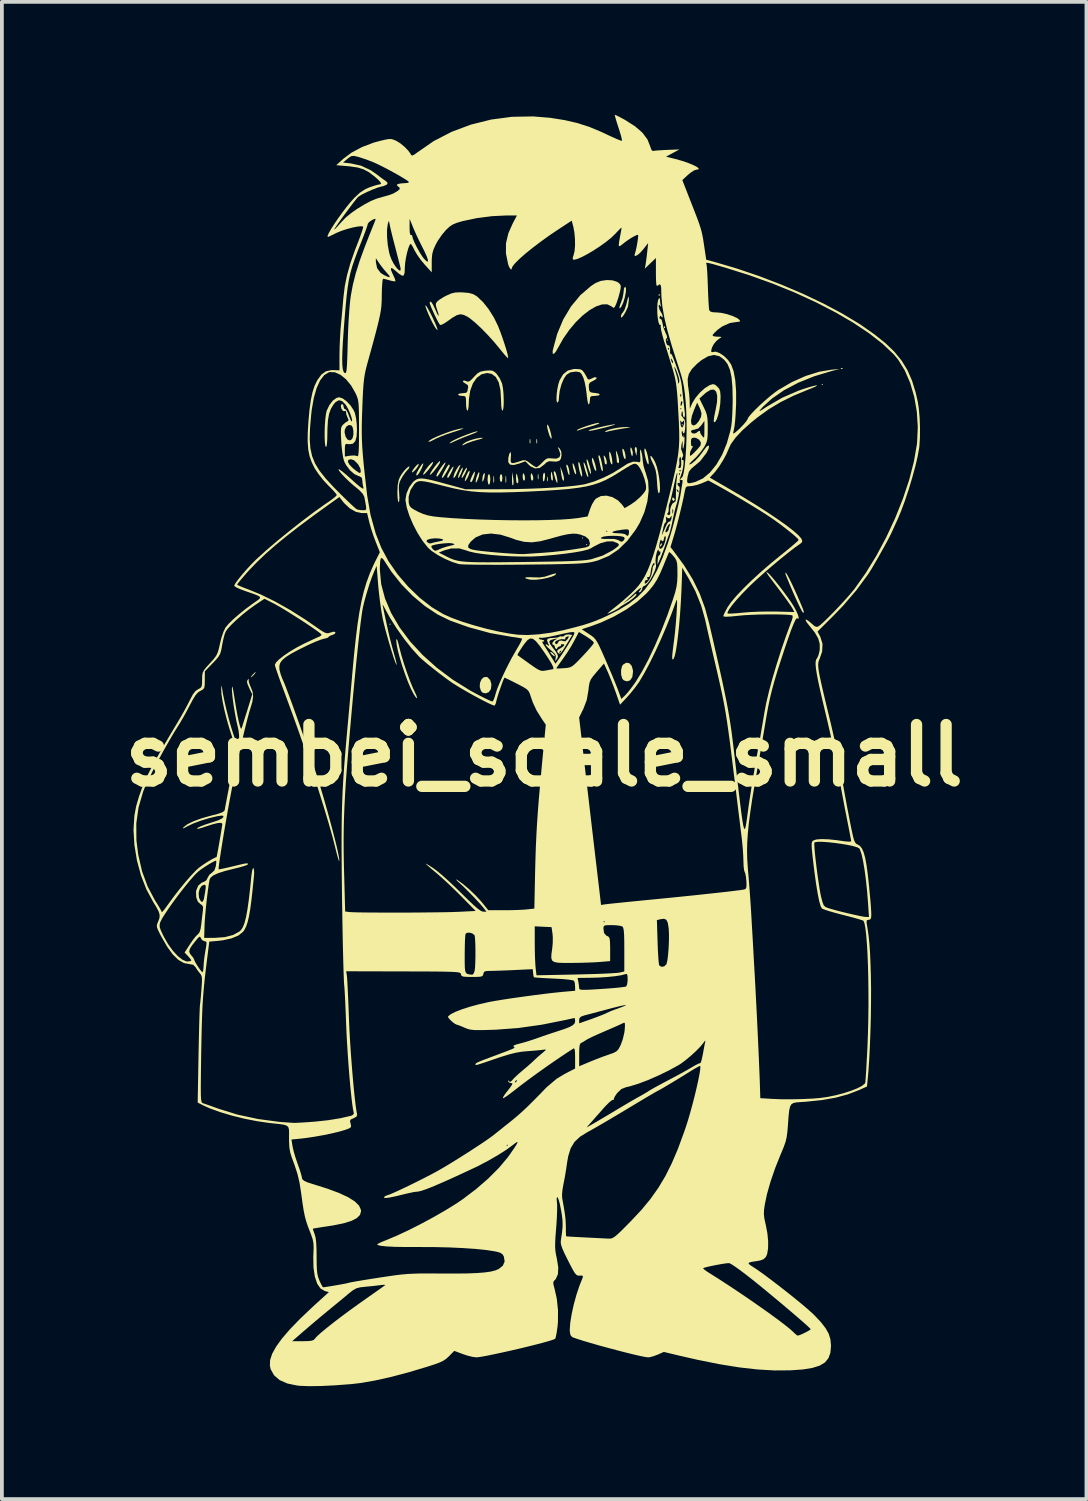
<source format=kicad_pcb>
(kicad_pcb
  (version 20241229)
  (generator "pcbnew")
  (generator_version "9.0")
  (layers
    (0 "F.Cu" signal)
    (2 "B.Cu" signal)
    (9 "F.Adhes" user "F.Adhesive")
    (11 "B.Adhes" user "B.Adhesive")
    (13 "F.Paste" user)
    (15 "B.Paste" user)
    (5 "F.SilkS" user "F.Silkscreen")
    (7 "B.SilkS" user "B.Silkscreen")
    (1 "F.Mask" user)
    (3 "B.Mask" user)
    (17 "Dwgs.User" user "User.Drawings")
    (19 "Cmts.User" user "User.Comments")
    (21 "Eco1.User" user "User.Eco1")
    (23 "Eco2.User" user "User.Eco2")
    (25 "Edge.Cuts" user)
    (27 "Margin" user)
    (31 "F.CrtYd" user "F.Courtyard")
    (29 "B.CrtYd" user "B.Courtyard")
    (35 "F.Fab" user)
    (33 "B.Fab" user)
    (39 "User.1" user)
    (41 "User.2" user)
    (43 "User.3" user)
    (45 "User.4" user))
  (footprint "sembei_scale_small"
    (layer "F.Cu")
    (at 11.407 17.02)
    (property "Reference" "sembei_scale_small" (at 0 0 0) (layer "F.SilkS") (effects (font (size 1.5 1.5) (thickness 0.3))))
    (attr board_only exclude_from_pos_files exclude_from_bom)
    (fp_poly (pts (xy -4.078 -3.488) (xy -4.096 -3.47) (xy -4.114 -3.488) (xy -4.096 -3.506)) (stroke (width 0) (type solid)) (fill yes) (layer "F.SilkS"))
    (fp_poly (pts (xy 1.037 -5.778) (xy 1.02 -5.76) (xy 1.002 -5.778) (xy 1.02 -5.795)) (stroke (width 0) (type solid)) (fill yes) (layer "F.SilkS"))
    (fp_poly (pts (xy 1.145 -5.599) (xy 1.127 -5.581) (xy 1.109 -5.599) (xy 1.127 -5.617)) (stroke (width 0) (type solid)) (fill yes) (layer "F.SilkS"))
    (fp_poly (pts (xy 3.291 -11.036) (xy 3.273 -11.019) (xy 3.255 -11.036) (xy 3.273 -11.054)) (stroke (width 0) (type solid)) (fill yes) (layer "F.SilkS"))
    (fp_poly (pts (xy 3.685 -8.783) (xy 3.667 -8.765) (xy 3.649 -8.783) (xy 3.667 -8.801)) (stroke (width 0) (type solid)) (fill yes) (layer "F.SilkS"))
    (fp_poly (pts (xy 7.405 -9.856) (xy 7.387 -9.838) (xy 7.37 -9.856) (xy 7.387 -9.874)) (stroke (width 0) (type solid)) (fill yes) (layer "F.SilkS"))
    (fp_poly (pts (xy 3.065 -12.259) (xy 3.069 -12.216) (xy 3.065 -12.211) (xy 3.043 -12.216) (xy 3.041 -12.235) (xy 3.054 -12.264)) (stroke (width 0) (type solid)) (fill yes) (layer "F.SilkS"))
    (fp_poly (pts (xy 3.208 -11.4) (xy 3.212 -11.358) (xy 3.208 -11.352) (xy 3.187 -11.357) (xy 3.184 -11.376) (xy 3.197 -11.406)) (stroke (width 0) (type solid)) (fill yes) (layer "F.SilkS"))
    (fp_poly (pts (xy 7.93 -10.291) (xy 7.925 -10.27) (xy 7.906 -10.267) (xy 7.877 -10.28) (xy 7.882 -10.291) (xy 7.925 -10.295)) (stroke (width 0) (type solid)) (fill yes) (layer "F.SilkS"))
    (fp_poly (pts (xy 2.464 -8.14) (xy 2.462 -8.062) (xy 2.45 -7.96) (xy 2.422 -8.062) (xy 2.407 -8.141) (xy 2.413 -8.185) (xy 2.446 -8.191)) (stroke (width 0) (type solid)) (fill yes) (layer "F.SilkS"))
    (fp_poly (pts (xy 3.132 -5.628) (xy 3.126 -5.601) (xy 3.097 -5.55) (xy 3.079 -5.559) (xy 3.077 -5.579) (xy 3.103 -5.627) (xy 3.112 -5.634)) (stroke (width 0) (type solid)) (fill yes) (layer "F.SilkS"))
    (fp_poly (pts (xy -7.67 -2.196) (xy -7.709 -2.146) (xy -7.763 -2.094) (xy -7.792 -2.075) (xy -7.785 -2.097) (xy -7.745 -2.146) (xy -7.691 -2.199) (xy -7.663 -2.218)) (stroke (width 0) (type solid)) (fill yes) (layer "F.SilkS"))
    (fp_poly (pts (xy -1.334 -7.414) (xy -1.328 -7.31) (xy -1.334 -7.253) (xy -1.343 -7.236) (xy -1.349 -7.281) (xy -1.35 -7.334) (xy -1.347 -7.411) (xy -1.34 -7.432)) (stroke (width 0) (type solid)) (fill yes) (layer "F.SilkS"))
    (fp_poly (pts (xy -1.012 -7.414) (xy -1.006 -7.31) (xy -1.012 -7.253) (xy -1.021 -7.236) (xy -1.027 -7.281) (xy -1.028 -7.334) (xy -1.025 -7.411) (xy -1.018 -7.432)) (stroke (width 0) (type solid)) (fill yes) (layer "F.SilkS"))
    (fp_poly (pts (xy -0.822 -7.37) (xy -0.813 -7.266) (xy -0.819 -7.191) (xy -0.827 -7.175) (xy -0.844 -7.186) (xy -0.853 -7.257) (xy -0.854 -7.336) (xy -0.85 -7.531)) (stroke (width 0) (type solid)) (fill yes) (layer "F.SilkS"))
    (fp_poly (pts (xy -0.37 -8.404) (xy -0.369 -8.397) (xy -0.363 -8.319) (xy -0.37 -8.29) (xy -0.382 -8.289) (xy -0.387 -8.345) (xy -0.387 -8.353) (xy -0.381 -8.409)) (stroke (width 0) (type solid)) (fill yes) (layer "F.SilkS"))
    (fp_poly (pts (xy -0.192 -8.404) (xy -0.19 -8.397) (xy -0.185 -8.319) (xy -0.191 -8.29) (xy -0.203 -8.289) (xy -0.208 -8.345) (xy -0.208 -8.353) (xy -0.203 -8.409)) (stroke (width 0) (type solid)) (fill yes) (layer "F.SilkS"))
    (fp_poly (pts (xy -0.154 -7.468) (xy -0.149 -7.377) (xy -0.154 -7.343) (xy -0.165 -7.332) (xy -0.17 -7.381) (xy -0.171 -7.405) (xy -0.167 -7.47) (xy -0.158 -7.478)) (stroke (width 0) (type solid)) (fill yes) (layer "F.SilkS"))
    (fp_poly (pts (xy 0.095 -7.402) (xy 0.096 -7.396) (xy 0.102 -7.318) (xy 0.095 -7.288) (xy 0.083 -7.287) (xy 0.078 -7.343) (xy 0.079 -7.352) (xy 0.084 -7.407)) (stroke (width 0) (type solid)) (fill yes) (layer "F.SilkS"))
    (fp_poly (pts (xy 0.213 -2.734) (xy 0.261 -2.688) (xy 0.285 -2.645) (xy 0.282 -2.633) (xy 0.25 -2.646) (xy 0.199 -2.688) (xy 0.162 -2.736) (xy 0.168 -2.755)) (stroke (width 0) (type solid)) (fill yes) (layer "F.SilkS"))
    (fp_poly (pts (xy 3.434 -6.851) (xy 3.469 -6.805) (xy 3.47 -6.795) (xy 3.443 -6.762) (xy 3.434 -6.761) (xy 3.403 -6.791) (xy 3.399 -6.817) (xy 3.416 -6.854)) (stroke (width 0) (type solid)) (fill yes) (layer "F.SilkS"))
    (fp_poly (pts (xy -0.521 -7.442) (xy -0.51 -7.386) (xy -0.514 -7.32) (xy -0.535 -7.298) (xy -0.561 -7.329) (xy -0.572 -7.405) (xy -0.572 -7.411) (xy -0.564 -7.485) (xy -0.543 -7.494)) (stroke (width 0) (type solid)) (fill yes) (layer "F.SilkS"))
    (fp_poly (pts (xy -1.724 -7.522) (xy -1.722 -7.495) (xy -1.735 -7.412) (xy -1.77 -7.316) (xy -1.803 -7.253) (xy -1.818 -7.253) (xy -1.82 -7.28) (xy -1.806 -7.363) (xy -1.772 -7.459) (xy -1.739 -7.522)) (stroke (width 0) (type solid)) (fill yes) (layer "F.SilkS"))
    (fp_poly (pts (xy -1.577 -7.472) (xy -1.577 -7.459) (xy -1.593 -7.365) (xy -1.61 -7.316) (xy -1.632 -7.271) (xy -1.641 -7.29) (xy -1.643 -7.334) (xy -1.631 -7.425) (xy -1.61 -7.477) (xy -1.583 -7.507)) (stroke (width 0) (type solid)) (fill yes) (layer "F.SilkS"))
    (fp_poly (pts (xy -0.719 -7.453) (xy -0.715 -7.441) (xy -0.687 -7.322) (xy -0.69 -7.247) (xy -0.715 -7.226) (xy -0.737 -7.258) (xy -0.747 -7.338) (xy -0.748 -7.379) (xy -0.744 -7.466) (xy -0.735 -7.489)) (stroke (width 0) (type solid)) (fill yes) (layer "F.SilkS"))
    (fp_poly (pts (xy -0.322 -7.477) (xy -0.292 -7.403) (xy -0.29 -7.334) (xy -0.316 -7.299) (xy -0.322 -7.298) (xy -0.346 -7.329) (xy -0.357 -7.405) (xy -0.357 -7.414) (xy -0.352 -7.486) (xy -0.335 -7.494)) (stroke (width 0) (type solid)) (fill yes) (layer "F.SilkS"))
    (fp_poly (pts (xy 0.021 -7.482) (xy 0.024 -7.408) (xy 0.023 -7.405) (xy 0.006 -7.31) (xy -0.015 -7.276) (xy -0.031 -7.307) (xy -0.036 -7.382) (xy -0.027 -7.467) (xy -0.006 -7.511) (xy -0.000301 -7.513)) (stroke (width 0) (type solid)) (fill yes) (layer "F.SilkS"))
    (fp_poly (pts (xy 0.211 -7.487) (xy 0.227 -7.414) (xy 0.233 -7.334) (xy 0.216 -7.298) (xy 0.214 -7.298) (xy 0.191 -7.33) (xy 0.179 -7.408) (xy 0.179 -7.429) (xy 0.183 -7.519) (xy 0.193 -7.539)) (stroke (width 0) (type solid)) (fill yes) (layer "F.SilkS"))
    (fp_poly (pts (xy 0.483 -7.531) (xy 0.512 -7.439) (xy 0.526 -7.359) (xy 0.525 -7.307) (xy 0.508 -7.3) (xy 0.492 -7.319) (xy 0.473 -7.377) (xy 0.454 -7.475) (xy 0.448 -7.516) (xy 0.428 -7.674)) (stroke (width 0) (type solid)) (fill yes) (layer "F.SilkS"))
    (fp_poly (pts (xy 2.314 -8.171) (xy 2.329 -8.147) (xy 2.354 -8.059) (xy 2.354 -8.004) (xy 2.343 -7.95) (xy 2.327 -7.964) (xy 2.316 -7.99) (xy 2.294 -8.082) (xy 2.291 -8.133) (xy 2.295 -8.186)) (stroke (width 0) (type solid)) (fill yes) (layer "F.SilkS"))
    (fp_poly (pts (xy -3.338 -7.707) (xy -3.378 -7.642) (xy -3.434 -7.574) (xy -3.489 -7.526) (xy -3.505 -7.519) (xy -3.514 -7.534) (xy -3.484 -7.59) (xy -3.453 -7.634) (xy -3.39 -7.708) (xy -3.345 -7.745) (xy -3.333 -7.746)) (stroke (width 0) (type solid)) (fill yes) (layer "F.SilkS"))
    (fp_poly (pts (xy -2.165 -7.608) (xy -2.194 -7.527) (xy -2.217 -7.473) (xy -2.257 -7.396) (xy -2.283 -7.368) (xy -2.289 -7.38) (xy -2.276 -7.444) (xy -2.246 -7.525) (xy -2.208 -7.599) (xy -2.175 -7.644) (xy -2.161 -7.647)) (stroke (width 0) (type solid)) (fill yes) (layer "F.SilkS"))
    (fp_poly (pts (xy -2.055 -7.605) (xy -2.084 -7.531) (xy -2.125 -7.45) (xy -2.166 -7.388) (xy -2.19 -7.37) (xy -2.193 -7.398) (xy -2.167 -7.469) (xy -2.145 -7.516) (xy -2.097 -7.599) (xy -2.062 -7.644) (xy -2.053 -7.646)) (stroke (width 0) (type solid)) (fill yes) (layer "F.SilkS"))
    (fp_poly (pts (xy 1.6 -7.96) (xy 1.636 -7.902) (xy 1.659 -7.826) (xy 1.665 -7.758) (xy 1.648 -7.727) (xy 1.646 -7.727) (xy 1.612 -7.756) (xy 1.609 -7.772) (xy 1.601 -7.84) (xy 1.587 -7.906) (xy 1.579 -7.965)) (stroke (width 0) (type solid)) (fill yes) (layer "F.SilkS"))
    (fp_poly (pts (xy -3.214 -7.735) (xy -3.24 -7.661) (xy -3.267 -7.602) (xy -3.322 -7.502) (xy -3.367 -7.446) (xy -3.394 -7.441) (xy -3.399 -7.463) (xy -3.382 -7.512) (xy -3.34 -7.59) (xy -3.289 -7.674) (xy -3.242 -7.74) (xy -3.215 -7.763)) (stroke (width 0) (type solid)) (fill yes) (layer "F.SilkS"))
    (fp_poly (pts (xy -1.979 -7.56) (xy -1.985 -7.504) (xy -2.018 -7.416) (xy -2.035 -7.381) (xy -2.078 -7.309) (xy -2.105 -7.283) (xy -2.109 -7.29) (xy -2.098 -7.351) (xy -2.07 -7.43) (xy -2.034 -7.506) (xy -2 -7.556) (xy -1.98 -7.561)) (stroke (width 0) (type solid)) (fill yes) (layer "F.SilkS"))
    (fp_poly (pts (xy -1.841 -7.5) (xy -1.859 -7.423) (xy -1.889 -7.339) (xy -1.92 -7.277) (xy -1.938 -7.262) (xy -1.967 -7.279) (xy -1.968 -7.281) (xy -1.955 -7.331) (xy -1.924 -7.407) (xy -1.887 -7.483) (xy -1.855 -7.535) (xy -1.843 -7.543)) (stroke (width 0) (type solid)) (fill yes) (layer "F.SilkS"))
    (fp_poly (pts (xy -1.444 -7.445) (xy -1.432 -7.366) (xy -1.431 -7.334) (xy -1.439 -7.244) (xy -1.459 -7.194) (xy -1.467 -7.191) (xy -1.489 -7.222) (xy -1.502 -7.302) (xy -1.503 -7.334) (xy -1.495 -7.423) (xy -1.475 -7.473) (xy -1.467 -7.477)) (stroke (width 0) (type solid)) (fill yes) (layer "F.SilkS"))
    (fp_poly (pts (xy -1.12 -7.446) (xy -1.109 -7.371) (xy -1.109 -7.37) (xy -1.119 -7.294) (xy -1.144 -7.262) (xy -1.145 -7.262) (xy -1.17 -7.293) (xy -1.181 -7.368) (xy -1.181 -7.37) (xy -1.17 -7.445) (xy -1.145 -7.477) (xy -1.145 -7.477)) (stroke (width 0) (type solid)) (fill yes) (layer "F.SilkS"))
    (fp_poly (pts (xy 0.303 -7.517) (xy 0.326 -7.443) (xy 0.345 -7.353) (xy 0.353 -7.276) (xy 0.347 -7.239) (xy 0.329 -7.261) (xy 0.302 -7.332) (xy 0.292 -7.365) (xy 0.262 -7.471) (xy 0.253 -7.526) (xy 0.265 -7.546) (xy 0.282 -7.548)) (stroke (width 0) (type solid)) (fill yes) (layer "F.SilkS"))
    (fp_poly (pts (xy 0.63 -7.697) (xy 0.654 -7.624) (xy 0.67 -7.539) (xy 0.673 -7.471) (xy 0.666 -7.451) (xy 0.646 -7.468) (xy 0.625 -7.533) (xy 0.625 -7.535) (xy 0.604 -7.625) (xy 0.588 -7.683) (xy 0.594 -7.723) (xy 0.605 -7.727)) (stroke (width 0) (type solid)) (fill yes) (layer "F.SilkS"))
    (fp_poly (pts (xy 0.79 -7.722) (xy 0.808 -7.674) (xy 0.839 -7.572) (xy 0.851 -7.493) (xy 0.849 -7.478) (xy 0.832 -7.471) (xy 0.804 -7.521) (xy 0.795 -7.545) (xy 0.766 -7.649) (xy 0.754 -7.737) (xy 0.754 -7.742) (xy 0.764 -7.766)) (stroke (width 0) (type solid)) (fill yes) (layer "F.SilkS"))
    (fp_poly (pts (xy 1.069 -7.768) (xy 1.098 -7.703) (xy 1.129 -7.61) (xy 1.156 -7.513) (xy 1.171 -7.433) (xy 1.17 -7.396) (xy 1.153 -7.403) (xy 1.124 -7.466) (xy 1.093 -7.56) (xy 1.063 -7.673) (xy 1.047 -7.755) (xy 1.048 -7.786)) (stroke (width 0) (type solid)) (fill yes) (layer "F.SilkS"))
    (fp_poly (pts (xy 1.304 -7.875) (xy 1.334 -7.8) (xy 1.362 -7.705) (xy 1.381 -7.617) (xy 1.382 -7.562) (xy 1.379 -7.557) (xy 1.356 -7.571) (xy 1.33 -7.624) (xy 1.289 -7.751) (xy 1.269 -7.848) (xy 1.271 -7.901) (xy 1.28 -7.906)) (stroke (width 0) (type solid)) (fill yes) (layer "F.SilkS"))
    (fp_poly (pts (xy 1.926 -8.067) (xy 1.965 -7.961) (xy 1.987 -7.861) (xy 1.989 -7.788) (xy 1.97 -7.763) (xy 1.934 -7.791) (xy 1.931 -7.808) (xy 1.927 -7.87) (xy 1.916 -7.969) (xy 1.913 -7.996) (xy 1.905 -8.077) (xy 1.913 -8.091)) (stroke (width 0) (type solid)) (fill yes) (layer "F.SilkS"))
    (fp_poly (pts (xy 2.101 -8.142) (xy 2.106 -8.137) (xy 2.134 -8.082) (xy 2.155 -8.002) (xy 2.165 -7.924) (xy 2.158 -7.875) (xy 2.15 -7.87) (xy 2.123 -7.901) (xy 2.098 -7.977) (xy 2.097 -7.982) (xy 2.078 -8.096) (xy 2.079 -8.147)) (stroke (width 0) (type solid)) (fill yes) (layer "F.SilkS"))
    (fp_poly (pts (xy -2.95 -7.775) (xy -2.986 -7.709) (xy -3.061 -7.607) (xy -3.111 -7.548) (xy -3.173 -7.483) (xy -3.212 -7.458) (xy -3.219 -7.464) (xy -3.198 -7.513) (xy -3.147 -7.592) (xy -3.08 -7.679) (xy -3.014 -7.753) (xy -2.967 -7.794) (xy -2.959 -7.797)) (stroke (width 0) (type solid)) (fill yes) (layer "F.SilkS"))
    (fp_poly (pts (xy -2.77 -7.776) (xy -2.825 -7.686) (xy -2.928 -7.554) (xy -2.948 -7.531) (xy -3.004 -7.472) (xy -3.036 -7.454) (xy -3.039 -7.459) (xy -3.02 -7.506) (xy -2.972 -7.583) (xy -2.909 -7.671) (xy -2.844 -7.752) (xy -2.792 -7.808) (xy -2.765 -7.821)) (stroke (width 0) (type solid)) (fill yes) (layer "F.SilkS"))
    (fp_poly (pts (xy -2.508 -7.717) (xy -2.515 -7.677) (xy -2.555 -7.596) (xy -2.595 -7.525) (xy -2.664 -7.415) (xy -2.706 -7.37) (xy -2.719 -7.387) (xy -2.703 -7.436) (xy -2.665 -7.518) (xy -2.616 -7.609) (xy -2.569 -7.686) (xy -2.537 -7.726) (xy -2.533 -7.727)) (stroke (width 0) (type solid)) (fill yes) (layer "F.SilkS"))
    (fp_poly (pts (xy -2.413 -7.641) (xy -2.443 -7.567) (xy -2.485 -7.481) (xy -2.526 -7.407) (xy -2.556 -7.37) (xy -2.559 -7.37) (xy -2.575 -7.397) (xy -2.576 -7.403) (xy -2.56 -7.453) (xy -2.521 -7.528) (xy -2.474 -7.606) (xy -2.431 -7.663) (xy -2.408 -7.679)) (stroke (width 0) (type solid)) (fill yes) (layer "F.SilkS"))
    (fp_poly (pts (xy 0.943 -7.76) (xy 0.966 -7.679) (xy 0.995 -7.557) (xy 1.01 -7.466) (xy 1.008 -7.412) (xy 1.001 -7.405) (xy 0.978 -7.437) (xy 0.95 -7.519) (xy 0.932 -7.589) (xy 0.913 -7.696) (xy 0.907 -7.771) (xy 0.911 -7.791) (xy 0.926 -7.793)) (stroke (width 0) (type solid)) (fill yes) (layer "F.SilkS"))
    (fp_poly (pts (xy 1.153 -7.847) (xy 1.175 -7.795) (xy 1.207 -7.695) (xy 1.232 -7.594) (xy 1.244 -7.514) (xy 1.24 -7.477) (xy 1.238 -7.477) (xy 1.218 -7.508) (xy 1.188 -7.588) (xy 1.164 -7.662) (xy 1.137 -7.769) (xy 1.127 -7.842) (xy 1.132 -7.871)) (stroke (width 0) (type solid)) (fill yes) (layer "F.SilkS"))
    (fp_poly (pts (xy 1.744 -8.067) (xy 1.771 -8.011) (xy 1.796 -7.915) (xy 1.802 -7.879) (xy 1.814 -7.77) (xy 1.805 -7.728) (xy 1.777 -7.754) (xy 1.774 -7.758) (xy 1.754 -7.814) (xy 1.737 -7.896) (xy 1.728 -7.981) (xy 1.728 -8.047) (xy 1.739 -8.07)) (stroke (width 0) (type solid)) (fill yes) (layer "F.SilkS"))
    (fp_poly (pts (xy 2.7 -8.125) (xy 2.73 -8.042) (xy 2.752 -7.957) (xy 2.773 -7.839) (xy 2.778 -7.761) (xy 2.768 -7.73) (xy 2.745 -7.756) (xy 2.725 -7.803) (xy 2.692 -7.911) (xy 2.67 -8.019) (xy 2.661 -8.107) (xy 2.67 -8.154) (xy 2.676 -8.157)) (stroke (width 0) (type solid)) (fill yes) (layer "F.SilkS"))
    (fp_poly (pts (xy -2.63 -7.749) (xy -2.667 -7.675) (xy -2.72 -7.584) (xy -2.776 -7.494) (xy -2.823 -7.428) (xy -2.848 -7.405) (xy -2.862 -7.433) (xy -2.862 -7.439) (xy -2.844 -7.487) (xy -2.799 -7.564) (xy -2.741 -7.651) (xy -2.683 -7.729) (xy -2.638 -7.778) (xy -2.621 -7.784)) (stroke (width 0) (type solid)) (fill yes) (layer "F.SilkS"))
    (fp_poly (pts (xy -2.225 -7.709) (xy -2.248 -7.657) (xy -2.287 -7.566) (xy -2.307 -7.522) (xy -2.351 -7.431) (xy -2.39 -7.377) (xy -2.403 -7.37) (xy -2.41 -7.398) (xy -2.391 -7.471) (xy -2.378 -7.504) (xy -2.328 -7.604) (xy -2.275 -7.682) (xy -2.266 -7.692) (xy -2.228 -7.72)) (stroke (width 0) (type solid)) (fill yes) (layer "F.SilkS"))
    (fp_poly (pts (xy -1.502 -2.075) (xy -1.433 -2.001) (xy -1.401 -1.889) (xy -1.415 -1.765) (xy -1.418 -1.757) (xy -1.472 -1.681) (xy -1.553 -1.649) (xy -1.633 -1.665) (xy -1.679 -1.713) (xy -1.712 -1.821) (xy -1.705 -1.928) (xy -1.667 -2.019) (xy -1.606 -2.077) (xy -1.529 -2.086)) (stroke (width 0) (type solid)) (fill yes) (layer "F.SilkS"))
    (fp_poly (pts (xy 0.098 -8.783) (xy 0.125 -8.731) (xy 0.156 -8.643) (xy 0.182 -8.543) (xy 0.198 -8.458) (xy 0.196 -8.413) (xy 0.196 -8.412) (xy 0.175 -8.43) (xy 0.143 -8.495) (xy 0.141 -8.5) (xy 0.106 -8.609) (xy 0.083 -8.705) (xy 0.077 -8.77) (xy 0.09 -8.789)) (stroke (width 0) (type solid)) (fill yes) (layer "F.SilkS"))
    (fp_poly (pts (xy 2.261 -2.451) (xy 2.324 -2.383) (xy 2.357 -2.27) (xy 2.36 -2.225) (xy 2.342 -2.083) (xy 2.285 -1.996) (xy 2.2 -1.968) (xy 2.116 -1.995) (xy 2.076 -2.037) (xy 2.045 -2.142) (xy 2.043 -2.264) (xy 2.068 -2.37) (xy 2.095 -2.412) (xy 2.181 -2.463)) (stroke (width 0) (type solid)) (fill yes) (layer "F.SilkS"))
    (fp_poly (pts (xy -1.629 -8.431) (xy -1.671 -8.412) (xy -1.762 -8.387) (xy -1.899 -8.348) (xy -2.026 -8.303) (xy -2.084 -8.277) (xy -2.157 -8.241) (xy -2.178 -8.239) (xy -2.156 -8.271) (xy -2.151 -8.276) (xy -2.084 -8.323) (xy -1.971 -8.371) (xy -1.839 -8.411) (xy -1.713 -8.436) (xy -1.648 -8.44)) (stroke (width 0) (type solid)) (fill yes) (layer "F.SilkS"))
    (fp_poly (pts (xy 1.48 -7.946) (xy 1.509 -7.863) (xy 1.53 -7.774) (xy 1.554 -7.643) (xy 1.559 -7.567) (xy 1.546 -7.55) (xy 1.528 -7.573) (xy 1.51 -7.625) (xy 1.489 -7.714) (xy 1.486 -7.727) (xy 1.464 -7.831) (xy 1.445 -7.912) (xy 1.444 -7.915) (xy 1.443 -7.967) (xy 1.457 -7.978)) (stroke (width 0) (type solid)) (fill yes) (layer "F.SilkS"))
    (fp_poly (pts (xy 2.247 -12.145) (xy 2.25 -12.095) (xy 2.227 -11.923) (xy 2.163 -11.782) (xy 2.098 -11.677) (xy 2.059 -11.633) (xy 2.042 -11.644) (xy 2.039 -11.676) (xy 2.064 -11.74) (xy 2.088 -11.766) (xy 2.133 -11.836) (xy 2.179 -11.97) (xy 2.227 -12.163) (xy 2.231 -12.181) (xy 2.24 -12.193)) (stroke (width 0) (type solid)) (fill yes) (layer "F.SilkS"))
    (fp_poly (pts (xy 2.273 -8.719) (xy 2.284 -8.713) (xy 2.236 -8.706) (xy 2.119 -8.689) (xy 1.978 -8.665) (xy 1.837 -8.639) (xy 1.719 -8.614) (xy 1.651 -8.596) (xy 1.614 -8.591) (xy 1.628 -8.613) (xy 1.69 -8.645) (xy 1.802 -8.677) (xy 1.94 -8.704) (xy 2.081 -8.721) (xy 2.193 -8.724)) (stroke (width 0) (type solid)) (fill yes) (layer "F.SilkS"))
    (fp_poly (pts (xy 1.47 -8.828) (xy 1.433 -8.806) (xy 1.335 -8.77) (xy 1.213 -8.733) (xy 1.083 -8.695) (xy 0.973 -8.66) (xy 0.912 -8.639) (xy 0.866 -8.627) (xy 0.876 -8.649) (xy 0.925 -8.675) (xy 1.02 -8.713) (xy 1.141 -8.756) (xy 1.266 -8.795) (xy 1.373 -8.824) (xy 1.439 -8.836) (xy 1.441 -8.836)) (stroke (width 0) (type solid)) (fill yes) (layer "F.SilkS"))
    (fp_poly (pts (xy -3.13 -11.937) (xy -3.083 -11.861) (xy -3.021 -11.745) (xy -2.968 -11.64) (xy -2.898 -11.487) (xy -2.852 -11.377) (xy -2.833 -11.313) (xy -2.842 -11.301) (xy -2.879 -11.346) (xy -2.905 -11.385) (xy -2.958 -11.477) (xy -3.016 -11.594) (xy -3.072 -11.718) (xy -3.119 -11.831) (xy -3.15 -11.918) (xy -3.156 -11.96) (xy -3.155 -11.961)) (stroke (width 0) (type solid)) (fill yes) (layer "F.SilkS"))
    (fp_poly (pts (xy 1.88 -8.789) (xy 1.818 -8.768) (xy 1.71 -8.736) (xy 1.61 -8.71) (xy 1.425 -8.665) (xy 1.299 -8.637) (xy 1.223 -8.625) (xy 1.187 -8.627) (xy 1.181 -8.637) (xy 1.213 -8.652) (xy 1.297 -8.676) (xy 1.415 -8.706) (xy 1.55 -8.737) (xy 1.683 -8.766) (xy 1.796 -8.787) (xy 1.871 -8.798) (xy 1.883 -8.798)) (stroke (width 0) (type solid)) (fill yes) (layer "F.SilkS"))
    (fp_poly (pts (xy 2.173 -12.419) (xy 2.171 -12.324) (xy 2.166 -12.287) (xy 2.138 -12.152) (xy 2.099 -12.026) (xy 2.055 -11.93) (xy 2.015 -11.88) (xy 2.005 -11.877) (xy 1.998 -11.906) (xy 2.019 -11.979) (xy 2.04 -12.029) (xy 2.084 -12.156) (xy 2.108 -12.284) (xy 2.11 -12.315) (xy 2.12 -12.402) (xy 2.144 -12.448) (xy 2.151 -12.45)) (stroke (width 0) (type solid)) (fill yes) (layer "F.SilkS"))
    (fp_poly (pts (xy 0.322 -4.83) (xy 0.289 -4.79) (xy 0.202 -4.751) (xy 0.079 -4.715) (xy -0.063 -4.686) (xy -0.207 -4.669) (xy -0.335 -4.668) (xy -0.394 -4.675) (xy -0.485 -4.699) (xy -0.51 -4.719) (xy -0.473 -4.732) (xy -0.379 -4.736) (xy -0.298 -4.732) (xy -0.125 -4.728) (xy 0.017 -4.749) (xy 0.134 -4.787) (xy 0.236 -4.821) (xy 0.304 -4.835)) (stroke (width 0) (type solid)) (fill yes) (layer "F.SilkS"))
    (fp_poly (pts (xy -1.765 -8.61) (xy -1.788 -8.591) (xy -1.863 -8.557) (xy -1.973 -8.514) (xy -1.975 -8.513) (xy -2.128 -8.454) (xy -2.286 -8.388) (xy -2.379 -8.346) (xy -2.475 -8.302) (xy -2.515 -8.289) (xy -2.504 -8.306) (xy -2.478 -8.33) (xy -2.418 -8.367) (xy -2.317 -8.416) (xy -2.19 -8.471) (xy -2.055 -8.524) (xy -1.929 -8.57) (xy -1.829 -8.601) (xy -1.771 -8.612)) (stroke (width 0) (type solid)) (fill yes) (layer "F.SilkS"))
    (fp_poly (pts (xy -2.147 -8.691) (xy -2.155 -8.681) (xy -2.219 -8.655) (xy -2.329 -8.618) (xy -2.416 -8.591) (xy -2.583 -8.536) (xy -2.745 -8.474) (xy -2.876 -8.416) (xy -2.908 -8.399) (xy -3 -8.352) (xy -3.062 -8.331) (xy -3.077 -8.335) (xy -3.045 -8.371) (xy -2.959 -8.421) (xy -2.835 -8.479) (xy -2.686 -8.539) (xy -2.529 -8.597) (xy -2.378 -8.645) (xy -2.248 -8.678) (xy -2.155 -8.691)) (stroke (width 0) (type solid)) (fill yes) (layer "F.SilkS"))
    (fp_poly (pts (xy 2.856 -7.941) (xy 2.904 -7.872) (xy 2.948 -7.79) (xy 2.99 -7.678) (xy 3.026 -7.535) (xy 3.054 -7.379) (xy 3.072 -7.226) (xy 3.078 -7.094) (xy 3.069 -7) (xy 3.05 -6.964) (xy 3.03 -6.985) (xy 3.013 -7.074) (xy 3 -7.224) (xy 2.999 -7.259) (xy 2.985 -7.44) (xy 2.962 -7.574) (xy 2.922 -7.689) (xy 2.889 -7.758) (xy 2.843 -7.86) (xy 2.821 -7.933) (xy 2.826 -7.959)) (stroke (width 0) (type solid)) (fill yes) (layer "F.SilkS"))
    (fp_poly (pts (xy -3.896 -3.055) (xy -3.866 -2.947) (xy -3.85 -2.88) (xy -3.795 -2.669) (xy -3.723 -2.431) (xy -3.641 -2.189) (xy -3.558 -1.964) (xy -3.48 -1.776) (xy -3.447 -1.707) (xy -3.395 -1.594) (xy -3.376 -1.53) (xy -3.387 -1.519) (xy -3.427 -1.567) (xy -3.47 -1.635) (xy -3.541 -1.774) (xy -3.618 -1.952) (xy -3.695 -2.157) (xy -3.769 -2.372) (xy -3.833 -2.584) (xy -3.885 -2.778) (xy -3.918 -2.938) (xy -3.929 -3.051) (xy -3.928 -3.069) (xy -3.916 -3.095)) (stroke (width 0) (type solid)) (fill yes) (layer "F.SilkS"))
    (fp_poly (pts (xy 6.425 -4.85) (xy 6.464 -4.789) (xy 6.52 -4.683) (xy 6.59 -4.54) (xy 6.67 -4.367) (xy 6.71 -4.277) (xy 6.792 -4.09) (xy 6.848 -3.958) (xy 6.882 -3.872) (xy 6.897 -3.823) (xy 6.897 -3.799) (xy 6.885 -3.792) (xy 6.878 -3.792) (xy 6.854 -3.823) (xy 6.809 -3.908) (xy 6.747 -4.036) (xy 6.674 -4.195) (xy 6.642 -4.266) (xy 6.566 -4.441) (xy 6.5 -4.598) (xy 6.449 -4.721) (xy 6.419 -4.798) (xy 6.415 -4.812) (xy 6.407 -4.86)) (stroke (width 0) (type solid)) (fill yes) (layer "F.SilkS"))
    (fp_poly (pts (xy -3.578 -7.671) (xy -3.577 -7.666) (xy -3.602 -7.615) (xy -3.633 -7.583) (xy -3.684 -7.525) (xy -3.749 -7.432) (xy -3.781 -7.379) (xy -3.831 -7.285) (xy -3.856 -7.203) (xy -3.861 -7.104) (xy -3.853 -6.973) (xy -3.846 -6.842) (xy -3.851 -6.755) (xy -3.866 -6.726) (xy -3.882 -6.758) (xy -3.894 -6.845) (xy -3.899 -6.969) (xy -3.899 -6.995) (xy -3.891 -7.183) (xy -3.863 -7.322) (xy -3.831 -7.398) (xy -3.779 -7.483) (xy -3.715 -7.567) (xy -3.651 -7.635) (xy -3.601 -7.675)) (stroke (width 0) (type solid)) (fill yes) (layer "F.SilkS"))
    (fp_poly (pts (xy 1.816 -12.622) (xy 1.941 -12.581) (xy 1.971 -12.561) (xy 2.018 -12.517) (xy 2.036 -12.47) (xy 2.03 -12.396) (xy 2.011 -12.312) (xy 1.975 -12.175) (xy 1.931 -12.042) (xy 1.914 -11.998) (xy 1.877 -11.916) (xy 1.848 -11.891) (xy 1.809 -11.913) (xy 1.791 -11.929) (xy 1.679 -11.985) (xy 1.54 -11.983) (xy 1.38 -11.93) (xy 1.206 -11.83) (xy 1.024 -11.69) (xy 0.843 -11.514) (xy 0.669 -11.308) (xy 0.508 -11.077) (xy 0.379 -10.849) (xy 0.313 -10.733) (xy 0.262 -10.672) (xy 0.231 -10.669) (xy 0.224 -10.725) (xy 0.232 -10.777) (xy 0.345 -11.197) (xy 0.507 -11.584) (xy 0.714 -11.93) (xy 0.962 -12.229) (xy 1.245 -12.472) (xy 1.364 -12.55) (xy 1.501 -12.606) (xy 1.66 -12.63)) (stroke (width 0) (type solid)) (fill yes) (layer "F.SilkS"))
    (fp_poly (pts (xy 0.377 -8.183) (xy 0.406 -8.161) (xy 0.45 -8.086) (xy 0.463 -7.982) (xy 0.444 -7.883) (xy 0.411 -7.834) (xy 0.329 -7.806) (xy 0.227 -7.811) (xy 0.133 -7.817) (xy 0.063 -7.787) (xy -0.001 -7.726) (xy -0.119 -7.639) (xy -0.239 -7.624) (xy -0.36 -7.679) (xy -0.403 -7.717) (xy -0.5 -7.815) (xy -0.665 -7.754) (xy -0.811 -7.715) (xy -0.907 -7.727) (xy -0.953 -7.791) (xy -0.953 -7.898) (xy -0.929 -8.004) (xy -0.904 -8.055) (xy -0.885 -8.046) (xy -0.881 -7.974) (xy -0.885 -7.927) (xy -0.891 -7.827) (xy -0.874 -7.775) (xy -0.82 -7.765) (xy -0.717 -7.792) (xy -0.65 -7.814) (xy -0.559 -7.843) (xy -0.496 -7.842) (xy -0.431 -7.806) (xy -0.373 -7.761) (xy -0.287 -7.698) (xy -0.222 -7.661) (xy -0.205 -7.656) (xy -0.162 -7.68) (xy -0.091 -7.741) (xy -0.048 -7.785) (xy 0.033 -7.863) (xy 0.097 -7.896) (xy 0.171 -7.895) (xy 0.193 -7.891) (xy 0.327 -7.885) (xy 0.407 -7.924) (xy 0.431 -8.003) (xy 0.394 -8.12) (xy 0.388 -8.132) (xy 0.362 -8.185)) (stroke (width 0) (type solid)) (fill yes) (layer "F.SilkS"))
    (fp_poly (pts (xy -2.152 -12.301) (xy -2.003 -12.287) (xy -1.898 -12.26) (xy -1.808 -12.211) (xy -1.773 -12.185) (xy -1.625 -12.045) (xy -1.475 -11.856) (xy -1.337 -11.637) (xy -1.225 -11.408) (xy -1.224 -11.405) (xy -1.165 -11.255) (xy -1.107 -11.092) (xy -1.052 -10.93) (xy -1.006 -10.781) (xy -0.973 -10.66) (xy -0.957 -10.579) (xy -0.96 -10.554) (xy -0.991 -10.58) (xy -1.055 -10.65) (xy -1.138 -10.751) (xy -1.173 -10.795) (xy -1.326 -10.98) (xy -1.493 -11.165) (xy -1.662 -11.339) (xy -1.822 -11.489) (xy -1.959 -11.602) (xy -2.031 -11.652) (xy -2.136 -11.704) (xy -2.226 -11.721) (xy -2.32 -11.697) (xy -2.435 -11.631) (xy -2.537 -11.558) (xy -2.639 -11.488) (xy -2.72 -11.444) (xy -2.764 -11.436) (xy -2.793 -11.476) (xy -2.841 -11.563) (xy -2.898 -11.678) (xy -2.955 -11.801) (xy -3.004 -11.913) (xy -3.035 -11.995) (xy -3.041 -12.022) (xy -3.028 -12.061) (xy -2.996 -12.041) (xy -2.95 -11.971) (xy -2.897 -11.858) (xy -2.897 -11.858) (xy -2.846 -11.741) (xy -2.812 -11.684) (xy -2.801 -11.688) (xy -2.815 -11.754) (xy -2.844 -11.841) (xy -2.875 -11.94) (xy -2.879 -11.999) (xy -2.853 -12.045) (xy -2.839 -12.062) (xy -2.774 -12.114) (xy -2.671 -12.178) (xy -2.588 -12.221) (xy -2.468 -12.274) (xy -2.361 -12.299) (xy -2.235 -12.304)) (stroke (width 0) (type solid)) (fill yes) (layer "F.SilkS"))
    (fp_poly (pts (xy -1.36 -10.216) (xy -1.299 -10.173) (xy -1.257 -10.13) (xy -1.182 -10.022) (xy -1.123 -9.892) (xy -1.114 -9.859) (xy -1.094 -9.748) (xy -1.081 -9.613) (xy -1.075 -9.469) (xy -1.075 -9.335) (xy -1.083 -9.229) (xy -1.099 -9.167) (xy -1.109 -9.158) (xy -1.127 -9.192) (xy -1.139 -9.282) (xy -1.145 -9.416) (xy -1.145 -9.436) (xy -1.161 -9.706) (xy -1.207 -9.912) (xy -1.286 -10.056) (xy -1.397 -10.138) (xy -1.518 -10.16) (xy -1.665 -10.126) (xy -1.792 -10.031) (xy -1.894 -9.883) (xy -1.965 -9.69) (xy -2 -9.461) (xy -2.003 -9.366) (xy -2.009 -9.255) (xy -2.023 -9.179) (xy -2.039 -9.158) (xy -2.059 -9.191) (xy -2.072 -9.274) (xy -2.075 -9.355) (xy -2.077 -9.468) (xy -2.089 -9.526) (xy -2.12 -9.548) (xy -2.181 -9.552) (xy -2.182 -9.552) (xy -2.258 -9.562) (xy -2.29 -9.587) (xy -2.29 -9.588) (xy -2.258 -9.611) (xy -2.181 -9.623) (xy -2.164 -9.623) (xy -2.069 -9.636) (xy -2.039 -9.674) (xy -2.027 -9.753) (xy -2.018 -9.781) (xy -2.029 -9.839) (xy -2.088 -9.878) (xy -2.148 -9.917) (xy -2.161 -9.951) (xy -2.119 -9.96) (xy -2.071 -9.943) (xy -2.023 -9.929) (xy -1.973 -9.948) (xy -1.905 -10.012) (xy -1.866 -10.055) (xy -1.778 -10.145) (xy -1.699 -10.194) (xy -1.597 -10.217) (xy -1.547 -10.223) (xy -1.433 -10.229)) (stroke (width 0) (type solid)) (fill yes) (layer "F.SilkS"))
    (fp_poly (pts (xy 0.938 -10.262) (xy 1.004 -10.239) (xy 1.053 -10.183) (xy 1.074 -10.151) (xy 1.123 -10.066) (xy 1.155 -10.005) (xy 1.158 -9.999) (xy 1.195 -9.986) (xy 1.247 -10.008) (xy 1.336 -10.048) (xy 1.387 -10.043) (xy 1.395 -10.021) (xy 1.366 -9.988) (xy 1.294 -9.948) (xy 1.286 -9.945) (xy 1.213 -9.905) (xy 1.186 -9.851) (xy 1.188 -9.77) (xy 1.199 -9.689) (xy 1.23 -9.65) (xy 1.301 -9.634) (xy 1.351 -9.63) (xy 1.449 -9.613) (xy 1.48 -9.587) (xy 1.445 -9.563) (xy 1.346 -9.552) (xy 1.339 -9.552) (xy 1.256 -9.546) (xy 1.222 -9.514) (xy 1.216 -9.447) (xy 1.207 -9.365) (xy 1.185 -9.322) (xy 1.168 -9.346) (xy 1.15 -9.426) (xy 1.134 -9.547) (xy 1.129 -9.597) (xy 1.108 -9.759) (xy 1.077 -9.914) (xy 1.042 -10.032) (xy 1.037 -10.044) (xy 0.991 -10.137) (xy 0.945 -10.181) (xy 0.873 -10.195) (xy 0.823 -10.196) (xy 0.693 -10.177) (xy 0.595 -10.114) (xy 0.591 -10.111) (xy 0.522 -10.008) (xy 0.46 -9.861) (xy 0.414 -9.693) (xy 0.394 -9.532) (xy 0.394 -9.51) (xy 0.384 -9.419) (xy 0.359 -9.374) (xy 0.353 -9.373) (xy 0.332 -9.405) (xy 0.327 -9.488) (xy 0.333 -9.604) (xy 0.35 -9.733) (xy 0.376 -9.859) (xy 0.408 -9.961) (xy 0.503 -10.125) (xy 0.628 -10.225) (xy 0.787 -10.266) (xy 0.829 -10.267)) (stroke (width 0) (type solid)) (fill yes) (layer "F.SilkS"))
    (fp_poly (pts (xy 0.746 -3.202) (xy 0.609 -2.974) (xy 0.523 -2.835) (xy 0.464 -2.748) (xy 0.424 -2.708) (xy 0.393 -2.704) (xy 0.373 -2.721) (xy 0.402 -2.721) (xy 0.407 -2.719) (xy 0.44 -2.744) (xy 0.447 -2.755) (xy 0.456 -2.788) (xy 0.451 -2.79) (xy 0.419 -2.765) (xy 0.411 -2.755) (xy 0.402 -2.721) (xy 0.373 -2.721) (xy 0.364 -2.729) (xy 0.361 -2.733) (xy 0.342 -2.775) (xy 0.373 -2.812) (xy 0.427 -2.843) (xy 0.501 -2.891) (xy 0.536 -2.933) (xy 0.537 -2.937) (xy 0.515 -2.958) (xy 0.504 -2.953) (xy 0.462 -2.953) (xy 0.456 -2.96) (xy 0.449 -2.96) (xy 0.452 -2.942) (xy 0.434 -2.903) (xy 0.41 -2.898) (xy 0.363 -2.878) (xy 0.358 -2.862) (xy 0.331 -2.827) (xy 0.322 -2.826) (xy 0.29 -2.855) (xy 0.286 -2.88) (xy 0.267 -2.927) (xy 0.25 -2.934) (xy 0.215 -2.955) (xy 0.224 -3.003) (xy 0.226 -3.005) (xy 0.286 -3.005) (xy 0.305 -2.961) (xy 0.34 -2.956) (xy 0.353 -2.976) (xy 0.393 -3.037) (xy 0.406 -3.047) (xy 0.465 -3.053) (xy 0.504 -3.039) (xy 0.561 -3.031) (xy 0.614 -3.081) (xy 0.621 -3.091) (xy 0.656 -3.151) (xy 0.647 -3.166) (xy 0.607 -3.158) (xy 0.561 -3.128) (xy 0.561 -3.102) (xy 0.558 -3.08) (xy 0.524 -3.087) (xy 0.459 -3.09) (xy 0.377 -3.07) (xy 0.31 -3.036) (xy 0.286 -3.005) (xy 0.226 -3.005) (xy 0.269 -3.055) (xy 0.295 -3.072) (xy 0.344 -3.1) (xy 0.333 -3.104) (xy 0.268 -3.093) (xy 0.171 -3.065) (xy 0.135 -3.026) (xy 0.156 -2.961) (xy 0.217 -2.877) (xy 0.307 -2.761) (xy 0.354 -2.682) (xy 0.367 -2.627) (xy 0.349 -2.578) (xy 0.334 -2.557) (xy 0.298 -2.512) (xy 0.292 -2.526) (xy 0.305 -2.581) (xy 0.31 -2.645) (xy 0.282 -2.701) (xy 0.208 -2.771) (xy 0.182 -2.792) (xy 0.099 -2.865) (xy 0.046 -2.923) (xy 0.036 -2.944) (xy 0.058 -2.953) (xy 0.091 -2.932) (xy 0.127 -2.907) (xy 0.126 -2.929) (xy 0.103 -2.981) (xy 0.077 -3.055) (xy 0.089 -3.096) (xy 0.152 -3.116) (xy 0.262 -3.124) (xy 0.354 -3.133) (xy 0.403 -3.148) (xy 0.406 -3.157) (xy 0.418 -3.169) (xy 0.449 -3.16) (xy 0.512 -3.162) (xy 0.535 -3.182) (xy 0.588 -3.211) (xy 0.654 -3.214)) (stroke (width 0) (type solid)) (fill yes) (layer "F.SilkS"))
    (fp_poly (pts (xy 2.567 -8.11) (xy 2.575 -8.091) (xy 2.599 -8.004) (xy 2.615 -7.885) (xy 2.617 -7.841) (xy 2.638 -7.7) (xy 2.68 -7.553) (xy 2.696 -7.513) (xy 2.762 -7.288) (xy 2.776 -7.029) (xy 2.742 -6.749) (xy 2.662 -6.461) (xy 2.538 -6.177) (xy 2.431 -5.997) (xy 2.209 -5.701) (xy 1.973 -5.471) (xy 1.717 -5.3) (xy 1.433 -5.182) (xy 1.334 -5.155) (xy 1.261 -5.138) (xy 1.182 -5.124) (xy 1.092 -5.113) (xy 0.982 -5.103) (xy 0.845 -5.095) (xy 0.675 -5.089) (xy 0.462 -5.083) (xy 0.202 -5.078) (xy -0.115 -5.074) (xy -0.496 -5.07) (xy -0.537 -5.069) (xy -0.872 -5.067) (xy -1.19 -5.065) (xy -1.482 -5.066) (xy -1.74 -5.067) (xy -1.956 -5.07) (xy -2.121 -5.074) (xy -2.229 -5.08) (xy -2.265 -5.084) (xy -2.446 -5.141) (xy -2.642 -5.226) (xy -2.831 -5.327) (xy -2.925 -5.39) (xy -2.8 -5.39) (xy -2.625 -5.301) (xy -2.542 -5.259) (xy -2.465 -5.224) (xy -2.387 -5.196) (xy -2.301 -5.174) (xy -2.2 -5.157) (xy -2.076 -5.145) (xy -1.922 -5.137) (xy -1.732 -5.132) (xy -1.497 -5.131) (xy -1.211 -5.132) (xy -0.866 -5.136) (xy -0.555 -5.139) (xy -0.151 -5.145) (xy 0.188 -5.15) (xy 0.468 -5.156) (xy 0.696 -5.163) (xy 0.879 -5.172) (xy 1.022 -5.181) (xy 1.133 -5.192) (xy 1.218 -5.206) (xy 1.252 -5.213) (xy 1.554 -5.309) (xy 1.812 -5.445) (xy 1.892 -5.501) (xy 1.966 -5.56) (xy 1.988 -5.596) (xy 1.966 -5.627) (xy 1.948 -5.64) (xy 1.826 -5.688) (xy 1.669 -5.685) (xy 1.49 -5.636) (xy 1.304 -5.542) (xy 1.252 -5.508) (xy 1.167 -5.471) (xy 1.018 -5.433) (xy 0.815 -5.396) (xy 0.566 -5.361) (xy 0.28 -5.329) (xy -0.035 -5.301) (xy -0.107 -5.296) (xy -0.339 -5.285) (xy -0.598 -5.284) (xy -0.871 -5.291) (xy -1.145 -5.306) (xy -1.408 -5.327) (xy -1.645 -5.354) (xy -1.845 -5.385) (xy -1.995 -5.42) (xy -2.055 -5.442) (xy -2.255 -5.5) (xy -2.472 -5.498) (xy -2.651 -5.45) (xy -2.8 -5.39) (xy -2.925 -5.39) (xy -2.992 -5.435) (xy -3.087 -5.52) (xy -3.123 -5.565) (xy -2.997 -5.565) (xy -2.993 -5.528) (xy -2.955 -5.477) (xy -2.907 -5.441) (xy -2.891 -5.438) (xy -2.836 -5.453) (xy -2.779 -5.48) (xy -2.698 -5.513) (xy -2.66 -5.525) (xy -2.019 -5.525) (xy -1.959 -5.484) (xy -1.893 -5.465) (xy -1.795 -5.448) (xy -1.644 -5.429) (xy -1.458 -5.41) (xy -1.252 -5.391) (xy -1.043 -5.374) (xy -0.847 -5.361) (xy -0.68 -5.352) (xy -0.559 -5.349) (xy -0.519 -5.351) (xy -0.42 -5.358) (xy -0.274 -5.368) (xy -0.105 -5.379) (xy -0.018 -5.385) (xy 0.221 -5.404) (xy 0.493 -5.434) (xy 0.769 -5.472) (xy 1.019 -5.512) (xy 1.118 -5.531) (xy 1.194 -5.564) (xy 1.216 -5.63) (xy 1.216 -5.635) (xy 1.187 -5.738) (xy 1.135 -5.783) (xy 1.506 -5.783) (xy 1.513 -5.763) (xy 1.579 -5.752) (xy 1.698 -5.753) (xy 1.708 -5.753) (xy 1.867 -5.751) (xy 1.968 -5.722) (xy 1.985 -5.711) (xy 2.046 -5.676) (xy 2.091 -5.692) (xy 2.109 -5.708) (xy 2.141 -5.761) (xy 2.121 -5.8) (xy 2.066 -5.819) (xy 1.964 -5.831) (xy 1.837 -5.835) (xy 1.708 -5.831) (xy 1.601 -5.819) (xy 1.565 -5.811) (xy 1.506 -5.783) (xy 1.135 -5.783) (xy 1.096 -5.817) (xy 0.957 -5.869) (xy 0.86 -5.889) (xy 0.756 -5.892) (xy 0.633 -5.878) (xy 0.476 -5.845) (xy 0.272 -5.79) (xy 0.147 -5.754) (xy -0.11 -5.689) (xy -0.328 -5.662) (xy -0.531 -5.675) (xy -0.742 -5.727) (xy -0.89 -5.782) (xy -1.161 -5.866) (xy -1.412 -5.895) (xy -1.634 -5.871) (xy -1.821 -5.793) (xy -1.95 -5.681) (xy -2.015 -5.588) (xy -2.019 -5.525) (xy -2.66 -5.525) (xy -2.582 -5.55) (xy -2.522 -5.565) (xy -2.42 -5.59) (xy -2.381 -5.607) (xy -2.398 -5.621) (xy -2.447 -5.635) (xy -2.525 -5.642) (xy -2.641 -5.636) (xy -2.77 -5.622) (xy -2.889 -5.602) (xy -2.973 -5.578) (xy -2.997 -5.565) (xy -3.123 -5.565) (xy -3.228 -5.697) (xy -3.127 -5.697) (xy -3.109 -5.666) (xy -3.046 -5.632) (xy -3.008 -5.635) (xy -2.932 -5.658) (xy -2.844 -5.676) (xy -2.726 -5.701) (xy -2.678 -5.723) (xy -2.699 -5.744) (xy -2.77 -5.761) (xy -2.897 -5.769) (xy -3.021 -5.756) (xy -3.032 -5.753) (xy -3.109 -5.726) (xy -3.127 -5.697) (xy -3.228 -5.697) (xy -3.229 -5.698) (xy -3.364 -5.911) (xy -3.371 -5.925) (xy 1.808 -5.925) (xy 1.848 -5.909) (xy 1.954 -5.903) (xy 1.958 -5.903) (xy 2.067 -5.896) (xy 2.144 -5.88) (xy 2.164 -5.867) (xy 2.208 -5.831) (xy 2.242 -5.858) (xy 2.254 -5.925) (xy 2.251 -5.977) (xy 2.23 -6.002) (xy 2.175 -6.007) (xy 2.068 -5.996) (xy 2.048 -5.993) (xy 1.912 -5.971) (xy 1.831 -5.947) (xy 1.808 -5.925) (xy -3.371 -5.925) (xy -3.388 -5.956) (xy 1.646 -5.956) (xy 1.664 -5.939) (xy 1.681 -5.956) (xy 1.664 -5.974) (xy 1.646 -5.956) (xy -3.388 -5.956) (xy -3.484 -6.141) (xy -3.583 -6.373) (xy -3.652 -6.589) (xy -3.683 -6.772) (xy -3.684 -6.807) (xy -3.672 -6.876) (xy -3.601 -6.876) (xy -3.599 -6.713) (xy -3.579 -6.641) (xy -3.54 -6.587) (xy -3.466 -6.536) (xy -3.349 -6.474) (xy -3.218 -6.417) (xy -3.089 -6.377) (xy -2.936 -6.349) (xy -2.751 -6.329) (xy -2.438 -6.304) (xy -2.09 -6.284) (xy -1.719 -6.268) (xy -1.333 -6.256) (xy -0.944 -6.249) (xy -0.562 -6.246) (xy -0.198 -6.248) (xy 0.139 -6.255) (xy 0.438 -6.266) (xy 0.688 -6.283) (xy 0.879 -6.304) (xy 0.909 -6.308) (xy 1.156 -6.35) (xy 1.22 -6.547) (xy 1.272 -6.672) (xy 1.338 -6.78) (xy 1.377 -6.824) (xy 1.506 -6.891) (xy 1.657 -6.902) (xy 1.815 -6.862) (xy 1.963 -6.775) (xy 2.069 -6.664) (xy 2.137 -6.57) (xy 2.297 -6.664) (xy 2.419 -6.749) (xy 2.543 -6.857) (xy 2.59 -6.906) (xy 2.667 -6.996) (xy 2.703 -7.064) (xy 2.709 -7.137) (xy 2.7 -7.203) (xy 2.665 -7.35) (xy 2.612 -7.498) (xy 2.55 -7.624) (xy 2.489 -7.71) (xy 2.463 -7.73) (xy 2.432 -7.745) (xy 2.401 -7.75) (xy 2.36 -7.739) (xy 2.297 -7.709) (xy 2.201 -7.653) (xy 2.062 -7.567) (xy 1.953 -7.498) (xy 1.79 -7.4) (xy 1.634 -7.318) (xy 1.475 -7.249) (xy 1.306 -7.193) (xy 1.118 -7.147) (xy 0.902 -7.11) (xy 0.65 -7.079) (xy 0.352 -7.054) (xy 0.001 -7.032) (xy -0.412 -7.011) (xy -0.447 -7.009) (xy -0.843 -6.994) (xy -1.179 -6.986) (xy -1.468 -6.987) (xy -1.721 -6.997) (xy -1.95 -7.017) (xy -2.166 -7.048) (xy -2.383 -7.091) (xy -2.605 -7.144) (xy -2.849 -7.206) (xy -3.033 -7.251) (xy -3.169 -7.278) (xy -3.266 -7.289) (xy -3.335 -7.284) (xy -3.385 -7.264) (xy -3.428 -7.231) (xy -3.451 -7.207) (xy -3.55 -7.054) (xy -3.601 -6.876) (xy -3.672 -6.876) (xy -3.656 -6.963) (xy -3.586 -7.124) (xy -3.489 -7.258) (xy -3.448 -7.295) (xy -3.395 -7.331) (xy -3.336 -7.352) (xy -3.261 -7.359) (xy -3.16 -7.349) (xy -3.023 -7.322) (xy -2.838 -7.276) (xy -2.596 -7.21) (xy -2.576 -7.205) (xy -2.093 -7.072) (xy -1.216 -7.072) (xy -0.821 -7.075) (xy -0.433 -7.085) (xy -0.063 -7.099) (xy 0.279 -7.118) (xy 0.583 -7.141) (xy 0.84 -7.168) (xy 1.039 -7.197) (xy 1.103 -7.211) (xy 1.331 -7.279) (xy 1.583 -7.382) (xy 1.825 -7.504) (xy 2.03 -7.631) (xy 2.041 -7.639) (xy 2.218 -7.752) (xy 2.363 -7.805) (xy 2.48 -7.8) (xy 2.489 -7.797) (xy 2.531 -7.787) (xy 2.551 -7.805) (xy 2.556 -7.866) (xy 2.551 -7.972) (xy 2.547 -8.08) (xy 2.551 -8.124)) (stroke (width 0) (type solid)) (fill yes) (layer "F.SilkS"))
    (fp_poly (pts (xy 3.076 -12.121) (xy 3.076 -12.104) (xy 3.087 -12.007) (xy 3.098 -11.961) (xy 3.108 -11.918) (xy 3.088 -11.939) (xy 3.081 -11.949) (xy 3.051 -11.98) (xy 3.043 -11.946) (xy 3.043 -11.931) (xy 3.064 -11.845) (xy 3.096 -11.79) (xy 3.137 -11.713) (xy 3.148 -11.665) (xy 3.14 -11.63) (xy 3.117 -11.657) (xy 3.087 -11.684) (xy 3.065 -11.648) (xy 3.065 -11.604) (xy 3.087 -11.6) (xy 3.121 -11.576) (xy 3.14 -11.502) (xy 3.167 -11.371) (xy 3.228 -11.218) (xy 3.258 -11.155) (xy 3.268 -11.098) (xy 3.252 -11.083) (xy 3.231 -11.042) (xy 3.239 -10.973) (xy 3.265 -10.909) (xy 3.292 -10.894) (xy 3.326 -10.886) (xy 3.345 -10.82) (xy 3.345 -10.715) (xy 3.343 -10.66) (xy 3.351 -10.666) (xy 3.352 -10.673) (xy 3.371 -10.676) (xy 3.406 -10.616) (xy 3.455 -10.496) (xy 3.475 -10.441) (xy 3.544 -10.246) (xy 3.592 -10.102) (xy 3.624 -9.992) (xy 3.644 -9.902) (xy 3.657 -9.815) (xy 3.662 -9.766) (xy 3.681 -9.59) (xy 3.705 -9.372) (xy 3.732 -9.144) (xy 3.738 -9.096) (xy 3.738 -9.017) (xy 3.721 -8.98) (xy 3.718 -8.979) (xy 3.693 -9.01) (xy 3.682 -9.078) (xy 3.678 -9.141) (xy 3.665 -9.139) (xy 3.65 -9.105) (xy 3.644 -9.031) (xy 3.688 -8.974) (xy 3.731 -8.917) (xy 3.748 -8.832) (xy 3.748 -8.732) (xy 3.736 -8.616) (xy 3.717 -8.557) (xy 3.693 -8.561) (xy 3.674 -8.613) (xy 3.661 -8.634) (xy 3.654 -8.586) (xy 3.653 -8.579) (xy 3.664 -8.499) (xy 3.69 -8.457) (xy 3.715 -8.453) (xy 3.703 -8.482) (xy 3.691 -8.512) (xy 3.711 -8.496) (xy 3.729 -8.437) (xy 3.726 -8.326) (xy 3.721 -8.282) (xy 3.702 -8.177) (xy 3.688 -8.143) (xy 3.68 -8.18) (xy 3.679 -8.282) (xy 3.679 -8.348) (xy 3.673 -8.351) (xy 3.656 -8.289) (xy 3.649 -8.264) (xy 3.637 -8.146) (xy 3.666 -8.064) (xy 3.694 -7.979) (xy 3.682 -7.939) (xy 3.653 -7.875) (xy 3.659 -7.845) (xy 3.684 -7.852) (xy 3.702 -7.837) (xy 3.705 -7.772) (xy 3.694 -7.677) (xy 3.674 -7.57) (xy 3.646 -7.472) (xy 3.629 -7.43) (xy 3.601 -7.341) (xy 3.603 -7.272) (xy 3.607 -7.234) (xy 3.584 -7.241) (xy 3.548 -7.238) (xy 3.542 -7.211) (xy 3.56 -7.162) (xy 3.577 -7.155) (xy 3.598 -7.125) (xy 3.598 -7.057) (xy 3.568 -6.874) (xy 3.534 -6.723) (xy 3.507 -6.636) (xy 3.487 -6.569) (xy 3.458 -6.453) (xy 3.427 -6.31) (xy 3.416 -6.261) (xy 3.385 -6.113) (xy 3.354 -5.986) (xy 3.33 -5.9) (xy 3.324 -5.885) (xy 3.297 -5.815) (xy 3.257 -5.702) (xy 3.215 -5.581) (xy 3.163 -5.435) (xy 3.109 -5.294) (xy 3.073 -5.206) (xy 3.009 -5.063) (xy 3.016 -5.193) (xy 3.026 -5.274) (xy 3.042 -5.31) (xy 3.046 -5.309) (xy 3.071 -5.327) (xy 3.087 -5.367) (xy 3.089 -5.415) (xy 3.073 -5.418) (xy 3.044 -5.425) (xy 3.041 -5.442) (xy 3.033 -5.476) (xy 3.015 -5.454) (xy 2.991 -5.388) (xy 2.968 -5.29) (xy 2.968 -5.288) (xy 2.957 -5.18) (xy 2.964 -5.095) (xy 2.971 -5.078) (xy 2.972 -5.013) (xy 2.941 -4.911) (xy 2.887 -4.791) (xy 2.821 -4.672) (xy 2.752 -4.576) (xy 2.691 -4.521) (xy 2.69 -4.521) (xy 2.63 -4.487) (xy 2.612 -4.467) (xy 2.603 -4.415) (xy 2.568 -4.356) (xy 2.529 -4.329) (xy 2.512 -4.345) (xy 2.533 -4.372) (xy 2.571 -4.427) (xy 2.576 -4.448) (xy 2.553 -4.445) (xy 2.494 -4.401) (xy 2.442 -4.354) (xy 2.337 -4.257) (xy 2.233 -4.161) (xy 2.2 -4.131) (xy 2.093 -4.034) (xy 2.236 -4.135) (xy 2.322 -4.2) (xy 2.379 -4.25) (xy 2.391 -4.265) (xy 2.432 -4.292) (xy 2.441 -4.293) (xy 2.455 -4.275) (xy 2.421 -4.229) (xy 2.351 -4.166) (xy 2.257 -4.096) (xy 2.182 -4.049) (xy 2.087 -3.992) (xy 2.021 -3.948) (xy 2.003 -3.933) (xy 1.966 -3.905) (xy 1.893 -3.863) (xy 1.807 -3.819) (xy 1.73 -3.783) (xy 1.686 -3.768) (xy 1.681 -3.769) (xy 1.708 -3.796) (xy 1.776 -3.854) (xy 1.869 -3.926) (xy 1.983 -4.017) (xy 2.123 -4.136) (xy 2.267 -4.264) (xy 2.316 -4.309) (xy 2.418 -4.41) (xy 2.51 -4.514) (xy 2.549 -4.567) (xy 2.672 -4.567) (xy 2.703 -4.569) (xy 2.752 -4.615) (xy 2.804 -4.689) (xy 2.851 -4.804) (xy 2.874 -4.92) (xy 2.885 -5.002) (xy 2.903 -5.043) (xy 2.907 -5.044) (xy 2.932 -5.072) (xy 2.934 -5.087) (xy 2.923 -5.119) (xy 2.898 -5.099) (xy 2.869 -5.044) (xy 2.845 -4.972) (xy 2.838 -4.929) (xy 2.819 -4.803) (xy 2.792 -4.741) (xy 2.755 -4.74) (xy 2.735 -4.734) (xy 2.743 -4.7) (xy 2.749 -4.658) (xy 2.729 -4.662) (xy 2.691 -4.653) (xy 2.673 -4.617) (xy 2.672 -4.567) (xy 2.549 -4.567) (xy 2.594 -4.629) (xy 2.673 -4.76) (xy 2.748 -4.914) (xy 2.822 -5.096) (xy 2.898 -5.314) (xy 2.977 -5.572) (xy 2.979 -5.578) (xy 3.056 -5.578) (xy 3.06 -5.512) (xy 3.091 -5.486) (xy 3.135 -5.515) (xy 3.18 -5.586) (xy 3.216 -5.689) (xy 3.219 -5.701) (xy 3.23 -5.787) (xy 3.221 -5.83) (xy 3.216 -5.831) (xy 3.19 -5.801) (xy 3.184 -5.76) (xy 3.167 -5.704) (xy 3.134 -5.688) (xy 3.111 -5.723) (xy 3.109 -5.733) (xy 3.099 -5.735) (xy 3.077 -5.682) (xy 3.074 -5.67) (xy 3.056 -5.578) (xy 2.979 -5.578) (xy 3.057 -5.856) (xy 3.126 -5.856) (xy 3.151 -5.903) (xy 3.165 -5.935) (xy 3.22 -5.935) (xy 3.24 -5.926) (xy 3.27 -5.946) (xy 3.305 -5.99) (xy 3.307 -6.006) (xy 3.311 -6.044) (xy 3.33 -6.086) (xy 3.346 -6.139) (xy 3.334 -6.153) (xy 3.299 -6.124) (xy 3.259 -6.056) (xy 3.228 -5.979) (xy 3.22 -5.935) (xy 3.165 -5.935) (xy 3.201 -6.015) (xy 3.242 -6.11) (xy 3.282 -6.183) (xy 3.318 -6.211) (xy 3.323 -6.209) (xy 3.352 -6.223) (xy 3.377 -6.276) (xy 3.388 -6.335) (xy 3.379 -6.363) (xy 3.364 -6.352) (xy 3.363 -6.338) (xy 3.338 -6.302) (xy 3.286 -6.302) (xy 3.242 -6.337) (xy 3.24 -6.341) (xy 3.231 -6.344) (xy 3.237 -6.291) (xy 3.238 -6.287) (xy 3.242 -6.217) (xy 3.224 -6.189) (xy 3.197 -6.158) (xy 3.172 -6.08) (xy 3.168 -6.061) (xy 3.147 -5.958) (xy 3.128 -5.878) (xy 3.127 -5.873) (xy 3.126 -5.856) (xy 3.057 -5.856) (xy 3.063 -5.878) (xy 3.158 -6.237) (xy 3.203 -6.417) (xy 3.268 -6.417) (xy 3.274 -6.403) (xy 3.313 -6.382) (xy 3.347 -6.408) (xy 3.349 -6.46) (xy 3.347 -6.493) (xy 3.406 -6.493) (xy 3.409 -6.432) (xy 3.421 -6.427) (xy 3.422 -6.43) (xy 3.429 -6.501) (xy 3.423 -6.537) (xy 3.412 -6.552) (xy 3.406 -6.504) (xy 3.406 -6.493) (xy 3.347 -6.493) (xy 3.346 -6.532) (xy 3.37 -6.619) (xy 3.41 -6.693) (xy 3.455 -6.726) (xy 3.456 -6.726) (xy 3.486 -6.744) (xy 3.499 -6.807) (xy 3.5 -6.927) (xy 3.5 -6.931) (xy 3.501 -7.08) (xy 3.516 -7.08) (xy 3.524 -7.044) (xy 3.526 -7.037) (xy 3.554 -6.993) (xy 3.571 -6.993) (xy 3.567 -7.031) (xy 3.546 -7.057) (xy 3.516 -7.08) (xy 3.501 -7.08) (xy 3.501 -7.09) (xy 3.512 -7.256) (xy 3.52 -7.325) (xy 3.535 -7.448) (xy 3.536 -7.477) (xy 3.577 -7.477) (xy 3.591 -7.447) (xy 3.601 -7.453) (xy 3.606 -7.496) (xy 3.601 -7.501) (xy 3.58 -7.496) (xy 3.577 -7.477) (xy 3.536 -7.477) (xy 3.537 -7.504) (xy 3.527 -7.496) (xy 3.506 -7.428) (xy 3.475 -7.302) (xy 3.436 -7.121) (xy 3.433 -7.11) (xy 3.398 -6.949) (xy 3.366 -6.816) (xy 3.34 -6.724) (xy 3.325 -6.69) (xy 3.311 -6.645) (xy 3.308 -6.562) (xy 3.308 -6.556) (xy 3.305 -6.477) (xy 3.286 -6.44) (xy 3.283 -6.439) (xy 3.268 -6.417) (xy 3.203 -6.417) (xy 3.263 -6.656) (xy 3.342 -6.976) (xy 3.421 -7.304) (xy 3.482 -7.572) (xy 3.589 -7.572) (xy 3.594 -7.551) (xy 3.613 -7.548) (xy 3.643 -7.562) (xy 3.637 -7.572) (xy 3.595 -7.577) (xy 3.589 -7.572) (xy 3.482 -7.572) (xy 3.483 -7.576) (xy 3.496 -7.644) (xy 3.565 -7.644) (xy 3.597 -7.632) (xy 3.629 -7.651) (xy 3.642 -7.719) (xy 3.641 -7.804) (xy 3.632 -7.905) (xy 3.616 -7.936) (xy 3.602 -7.921) (xy 3.586 -7.844) (xy 3.592 -7.812) (xy 3.594 -7.737) (xy 3.579 -7.695) (xy 3.565 -7.644) (xy 3.496 -7.644) (xy 3.529 -7.807) (xy 3.561 -8.01) (xy 3.58 -8.197) (xy 3.589 -8.384) (xy 3.588 -8.583) (xy 3.58 -8.808) (xy 3.578 -8.866) (xy 3.616 -8.866) (xy 3.626 -8.779) (xy 3.636 -8.747) (xy 3.661 -8.709) (xy 3.689 -8.735) (xy 3.715 -8.81) (xy 3.719 -8.854) (xy 3.713 -8.9) (xy 3.689 -8.878) (xy 3.689 -8.877) (xy 3.659 -8.846) (xy 3.638 -8.877) (xy 3.622 -8.9) (xy 3.616 -8.866) (xy 3.578 -8.866) (xy 3.575 -8.914) (xy 3.559 -9.212) (xy 3.613 -9.212) (xy 3.631 -9.194) (xy 3.649 -9.212) (xy 3.631 -9.23) (xy 3.613 -9.212) (xy 3.559 -9.212) (xy 3.559 -9.214) (xy 3.555 -9.284) (xy 3.625 -9.284) (xy 3.639 -9.288) (xy 3.656 -9.315) (xy 3.673 -9.381) (xy 3.662 -9.41) (xy 3.638 -9.403) (xy 3.626 -9.346) (xy 3.625 -9.284) (xy 3.555 -9.284) (xy 3.545 -9.455) (xy 3.536 -9.573) (xy 3.616 -9.573) (xy 3.623 -9.526) (xy 3.635 -9.526) (xy 3.643 -9.574) (xy 3.638 -9.594) (xy 3.622 -9.608) (xy 3.616 -9.573) (xy 3.536 -9.573) (xy 3.53 -9.647) (xy 3.514 -9.803) (xy 3.495 -9.933) (xy 3.472 -10.051) (xy 3.442 -10.166) (xy 3.406 -10.292) (xy 3.401 -10.308) (xy 3.458 -10.308) (xy 3.474 -10.243) (xy 3.505 -10.146) (xy 3.539 -10.029) (xy 3.556 -9.938) (xy 3.554 -9.896) (xy 3.548 -9.874) (xy 3.572 -9.894) (xy 3.592 -9.938) (xy 3.582 -10.018) (xy 3.555 -10.108) (xy 3.516 -10.216) (xy 3.48 -10.296) (xy 3.465 -10.32) (xy 3.458 -10.308) (xy 3.401 -10.308) (xy 3.397 -10.321) (xy 3.334 -10.525) (xy 3.333 -10.529) (xy 3.365 -10.529) (xy 3.385 -10.465) (xy 3.412 -10.424) (xy 3.424 -10.424) (xy 3.422 -10.464) (xy 3.403 -10.506) (xy 3.371 -10.548) (xy 3.365 -10.529) (xy 3.333 -10.529) (xy 3.264 -10.753) (xy 3.248 -10.804) (xy 3.291 -10.804) (xy 3.304 -10.774) (xy 3.315 -10.78) (xy 3.319 -10.823) (xy 3.315 -10.828) (xy 3.294 -10.823) (xy 3.291 -10.804) (xy 3.248 -10.804) (xy 3.198 -10.967) (xy 3.179 -11.027) (xy 3.137 -11.178) (xy 3.107 -11.304) (xy 3.095 -11.39) (xy 3.098 -11.417) (xy 3.102 -11.442) (xy 3.087 -11.436) (xy 3.058 -11.45) (xy 3.035 -11.519) (xy 3.017 -11.626) (xy 3.006 -11.754) (xy 3.004 -11.886) (xy 3.01 -12.006) (xy 3.027 -12.097) (xy 3.041 -12.128) (xy 3.067 -12.156)) (stroke (width 0) (type solid)) (fill yes) (layer "F.SilkS"))
    (fp_poly (pts (xy 1.909 -17.009) (xy 1.99 -16.969) (xy 2.103 -16.909) (xy 2.15 -16.883) (xy 2.414 -16.715) (xy 2.611 -16.544) (xy 2.745 -16.364) (xy 2.822 -16.169) (xy 2.826 -16.152) (xy 2.859 -16.074) (xy 2.901 -16.06) (xy 2.958 -16.069) (xy 3.067 -16.077) (xy 3.208 -16.085) (xy 3.273 -16.088) (xy 3.595 -16.1) (xy 3.416 -16.004) (xy 3.238 -15.908) (xy 3.47 -15.85) (xy 3.648 -15.801) (xy 3.808 -15.748) (xy 3.942 -15.694) (xy 4.042 -15.645) (xy 4.099 -15.604) (xy 4.106 -15.575) (xy 4.053 -15.562) (xy 4.041 -15.562) (xy 3.976 -15.539) (xy 3.885 -15.478) (xy 3.819 -15.423) (xy 3.671 -15.285) (xy 3.879 -14.752) (xy 3.976 -14.504) (xy 4.051 -14.311) (xy 4.107 -14.159) (xy 4.148 -14.037) (xy 4.178 -13.934) (xy 4.201 -13.835) (xy 4.221 -13.73) (xy 4.24 -13.606) (xy 4.248 -13.554) (xy 4.305 -13.171) (xy 4.523 -13.112) (xy 5.116 -12.937) (xy 5.714 -12.734) (xy 6.306 -12.507) (xy 6.879 -12.263) (xy 7.419 -12.006) (xy 7.916 -11.742) (xy 8.356 -11.477) (xy 8.425 -11.432) (xy 8.777 -11.185) (xy 9.068 -10.952) (xy 9.306 -10.723) (xy 9.498 -10.487) (xy 9.651 -10.236) (xy 9.772 -9.96) (xy 9.868 -9.648) (xy 9.927 -9.391) (xy 9.956 -9.195) (xy 9.976 -8.954) (xy 9.985 -8.694) (xy 9.983 -8.441) (xy 9.969 -8.222) (xy 9.962 -8.165) (xy 9.922 -7.943) (xy 9.859 -7.674) (xy 9.778 -7.377) (xy 9.685 -7.069) (xy 9.585 -6.769) (xy 9.484 -6.496) (xy 9.395 -6.283) (xy 9.328 -6.137) (xy 9.257 -5.98) (xy 9.23 -5.921) (xy 9.178 -5.815) (xy 9.099 -5.665) (xy 9.002 -5.488) (xy 8.896 -5.3) (xy 8.792 -5.118) (xy 8.698 -4.958) (xy 8.624 -4.839) (xy 8.605 -4.811) (xy 8.291 -4.385) (xy 7.94 -3.976) (xy 7.685 -3.712) (xy 7.263 -3.292) (xy 7.339 -3.147) (xy 7.395 -2.963) (xy 7.385 -2.761) (xy 7.319 -2.569) (xy 7.299 -2.524) (xy 7.286 -2.478) (xy 7.28 -2.422) (xy 7.282 -2.35) (xy 7.294 -2.255) (xy 7.316 -2.129) (xy 7.351 -1.964) (xy 7.398 -1.755) (xy 7.46 -1.493) (xy 7.537 -1.171) (xy 7.567 -1.049) (xy 7.632 -0.777) (xy 7.694 -0.506) (xy 7.751 -0.25) (xy 7.799 -0.025) (xy 7.835 0.157) (xy 7.853 0.259) (xy 7.91 0.6) (xy 7.977 0.98) (xy 8.049 1.371) (xy 8.121 1.744) (xy 8.161 1.944) (xy 8.198 2.118) (xy 8.228 2.234) (xy 8.257 2.305) (xy 8.289 2.345) (xy 8.322 2.363) (xy 8.386 2.401) (xy 8.44 2.468) (xy 8.486 2.569) (xy 8.527 2.713) (xy 8.563 2.906) (xy 8.597 3.155) (xy 8.631 3.467) (xy 8.639 3.556) (xy 8.664 3.816) (xy 8.68 4.014) (xy 8.689 4.157) (xy 8.691 4.255) (xy 8.684 4.317) (xy 8.669 4.349) (xy 8.646 4.362) (xy 8.623 4.365) (xy 8.573 4.378) (xy 8.565 4.431) (xy 8.569 4.463) (xy 8.599 4.647) (xy 8.623 4.823) (xy 8.641 5.008) (xy 8.656 5.214) (xy 8.667 5.457) (xy 8.677 5.753) (xy 8.68 5.867) (xy 8.685 6.187) (xy 8.684 6.549) (xy 8.679 6.935) (xy 8.668 7.329) (xy 8.654 7.713) (xy 8.636 8.072) (xy 8.615 8.387) (xy 8.598 8.574) (xy 8.577 8.795) (xy 8.363 8.891) (xy 8.069 9.004) (xy 7.745 9.092) (xy 7.38 9.156) (xy 6.961 9.199) (xy 6.817 9.209) (xy 6.705 9.217) (xy 6.625 9.233) (xy 6.569 9.267) (xy 6.533 9.33) (xy 6.51 9.433) (xy 6.493 9.586) (xy 6.478 9.799) (xy 6.478 9.802) (xy 6.462 9.992) (xy 6.443 10.137) (xy 6.414 10.263) (xy 6.367 10.397) (xy 6.298 10.565) (xy 6.287 10.589) (xy 6.14 10.956) (xy 6.016 11.316) (xy 5.92 11.652) (xy 5.864 11.918) (xy 5.842 12.068) (xy 5.837 12.185) (xy 5.85 12.3) (xy 5.881 12.447) (xy 5.888 12.472) (xy 5.93 12.693) (xy 5.951 12.907) (xy 5.949 13.096) (xy 5.924 13.246) (xy 5.893 13.319) (xy 5.835 13.379) (xy 5.746 13.416) (xy 5.645 13.434) (xy 5.51 13.455) (xy 5.44 13.476) (xy 5.431 13.503) (xy 5.475 13.541) (xy 5.515 13.567) (xy 5.645 13.652) (xy 5.817 13.773) (xy 6.017 13.922) (xy 6.235 14.089) (xy 6.458 14.263) (xy 6.674 14.436) (xy 6.871 14.598) (xy 7.036 14.74) (xy 7.158 14.851) (xy 7.178 14.871) (xy 7.354 15.058) (xy 7.478 15.218) (xy 7.559 15.363) (xy 7.604 15.507) (xy 7.62 15.664) (xy 7.62 15.693) (xy 7.604 15.871) (xy 7.552 16.014) (xy 7.459 16.127) (xy 7.318 16.212) (xy 7.125 16.272) (xy 6.873 16.313) (xy 6.557 16.335) (xy 6.537 16.336) (xy 6.119 16.339) (xy 5.669 16.313) (xy 5.183 16.258) (xy 4.651 16.172) (xy 4.069 16.055) (xy 3.562 15.939) (xy 3.179 15.847) (xy 3.016 15.919) (xy 2.901 15.962) (xy 2.798 15.988) (xy 2.764 15.991) (xy 2.687 15.982) (xy 2.553 15.955) (xy 2.375 15.914) (xy 2.164 15.862) (xy 1.932 15.802) (xy 1.691 15.738) (xy 1.453 15.673) (xy 1.23 15.609) (xy 1.035 15.551) (xy 0.878 15.501) (xy 0.772 15.463) (xy 0.742 15.45) (xy 0.698 15.399) (xy 0.681 15.298) (xy 0.68 15.26) (xy 0.693 15.072) (xy 0.731 14.84) (xy 0.787 14.584) (xy 0.858 14.327) (xy 0.937 14.09) (xy 0.981 13.98) (xy 1.021 13.881) (xy 1.03 13.833) (xy 1.004 13.818) (xy 0.939 13.82) (xy 0.896 13.819) (xy 0.859 13.8) (xy 0.818 13.756) (xy 0.767 13.674) (xy 0.741 13.625) (xy 4.221 13.625) (xy 4.249 13.655) (xy 4.321 13.708) (xy 4.391 13.753) (xy 4.642 13.911) (xy 4.908 14.084) (xy 5.183 14.267) (xy 5.457 14.453) (xy 5.721 14.637) (xy 5.968 14.812) (xy 6.188 14.972) (xy 6.373 15.112) (xy 6.515 15.225) (xy 6.6 15.301) (xy 6.672 15.369) (xy 6.724 15.41) (xy 6.734 15.414) (xy 6.778 15.402) (xy 6.863 15.367) (xy 6.921 15.34) (xy 7.013 15.292) (xy 7.071 15.254) (xy 7.081 15.242) (xy 7.053 15.211) (xy 6.978 15.141) (xy 6.862 15.038) (xy 6.714 14.91) (xy 6.541 14.762) (xy 6.351 14.601) (xy 6.151 14.434) (xy 5.949 14.266) (xy 5.753 14.105) (xy 5.57 13.957) (xy 5.522 13.919) (xy 5.351 13.785) (xy 5.194 13.667) (xy 5.063 13.574) (xy 4.967 13.512) (xy 4.916 13.487) (xy 4.914 13.487) (xy 4.838 13.493) (xy 4.724 13.51) (xy 4.59 13.534) (xy 4.455 13.561) (xy 4.336 13.587) (xy 4.253 13.61) (xy 4.221 13.625) (xy 0.741 13.625) (xy 0.699 13.546) (xy 0.632 13.415) (xy 0.543 13.236) (xy 0.485 13.106) (xy 0.452 13.011) (xy 0.44 12.939) (xy 0.444 12.879) (xy 0.475 12.673) (xy 0.49 12.51) (xy 0.488 12.363) (xy 0.47 12.204) (xy 0.448 12.075) (xy 0.419 11.93) (xy 0.389 11.815) (xy 0.362 11.747) (xy 0.35 11.734) (xy 0.331 11.766) (xy 0.337 11.854) (xy 0.339 11.868) (xy 0.345 11.95) (xy 0.344 12.088) (xy 0.338 12.263) (xy 0.326 12.461) (xy 0.319 12.546) (xy 0.302 12.763) (xy 0.293 12.926) (xy 0.291 13.052) (xy 0.298 13.157) (xy 0.314 13.26) (xy 0.338 13.373) (xy 0.375 13.605) (xy 0.365 13.783) (xy 0.309 13.91) (xy 0.27 13.95) (xy 0.244 13.987) (xy 0.244 14.045) (xy 0.27 14.146) (xy 0.274 14.159) (xy 0.336 14.437) (xy 0.368 14.747) (xy 0.366 15.055) (xy 0.354 15.18) (xy 0.335 15.318) (xy 0.314 15.427) (xy 0.297 15.49) (xy 0.293 15.497) (xy 0.243 15.52) (xy 0.135 15.555) (xy -0.022 15.599) (xy -0.216 15.65) (xy -0.436 15.705) (xy -0.672 15.762) (xy -0.911 15.817) (xy -1.144 15.869) (xy -1.36 15.915) (xy -1.547 15.953) (xy -1.694 15.979) (xy -1.79 15.991) (xy -1.806 15.991) (xy -1.905 15.978) (xy -2.038 15.945) (xy -2.159 15.905) (xy -2.389 15.819) (xy -2.527 15.96) (xy -2.595 16.023) (xy -2.669 16.075) (xy -2.764 16.122) (xy -2.896 16.172) (xy -3.08 16.232) (xy -3.112 16.242) (xy -3.604 16.389) (xy -4.065 16.511) (xy -4.487 16.605) (xy -4.86 16.671) (xy -5.116 16.701) (xy -5.549 16.734) (xy -5.923 16.752) (xy -6.233 16.757) (xy -6.478 16.748) (xy -6.556 16.741) (xy -6.819 16.687) (xy -7.027 16.596) (xy -7.176 16.468) (xy -7.266 16.307) (xy -7.287 16.212) (xy -7.282 16.066) (xy -7.228 15.899) (xy -7.123 15.709) (xy -7.017 15.562) (xy -6.695 15.562) (xy -6.415 15.562) (xy -6.266 15.559) (xy -6.173 15.548) (xy -6.12 15.526) (xy -6.095 15.499) (xy -6.041 15.438) (xy -5.936 15.342) (xy -5.788 15.219) (xy -5.605 15.073) (xy -5.394 14.912) (xy -5.165 14.742) (xy -4.925 14.569) (xy -4.81 14.488) (xy -4.633 14.363) (xy -4.476 14.253) (xy -4.349 14.163) (xy -4.262 14.1) (xy -4.222 14.071) (xy -4.221 14.07) (xy -4.241 14.063) (xy -4.311 14.067) (xy -4.347 14.072) (xy -4.458 14.086) (xy -4.606 14.102) (xy -4.746 14.115) (xy -4.889 14.131) (xy -4.988 14.157) (xy -5.074 14.204) (xy -5.175 14.282) (xy -5.18 14.286) (xy -5.277 14.368) (xy -5.412 14.48) (xy -5.567 14.607) (xy -5.725 14.737) (xy -5.728 14.739) (xy -5.903 14.884) (xy -6.092 15.042) (xy -6.271 15.195) (xy -6.397 15.303) (xy -6.695 15.562) (xy -7.017 15.562) (xy -6.966 15.492) (xy -6.755 15.246) (xy -6.487 14.969) (xy -6.161 14.659) (xy -6.034 14.543) (xy -5.719 14.257) (xy -5.826 14.23) (xy -5.94 14.164) (xy -6.029 14.036) (xy -6.092 13.849) (xy -6.128 13.61) (xy -6.134 13.323) (xy -6.13 13.234) (xy -6.124 13.074) (xy -6.13 12.954) (xy -6.153 12.844) (xy -6.198 12.714) (xy -6.223 12.652) (xy -6.28 12.503) (xy -6.324 12.371) (xy -6.359 12.24) (xy -6.389 12.091) (xy -6.418 11.908) (xy -6.45 11.674) (xy -6.456 11.632) (xy -6.499 11.352) (xy -6.556 11.112) (xy -6.632 10.88) (xy -6.645 10.845) (xy -6.708 10.674) (xy -6.748 10.541) (xy -6.769 10.419) (xy -6.777 10.279) (xy -6.778 10.204) (xy -6.714 10.204) (xy -6.686 10.38) (xy -6.66 10.498) (xy -6.616 10.653) (xy -6.562 10.815) (xy -6.549 10.852) (xy -6.499 10.992) (xy -6.462 11.111) (xy -6.441 11.189) (xy -6.439 11.205) (xy -6.426 11.257) (xy -6.378 11.301) (xy -6.283 11.344) (xy -6.135 11.391) (xy -5.757 11.51) (xy -5.448 11.625) (xy -5.207 11.737) (xy -5.031 11.848) (xy -4.919 11.959) (xy -4.869 12.07) (xy -4.865 12.108) (xy -4.893 12.207) (xy -4.977 12.292) (xy -5.121 12.366) (xy -5.329 12.43) (xy -5.604 12.486) (xy -5.735 12.506) (xy -5.895 12.53) (xy -6.026 12.551) (xy -6.114 12.566) (xy -6.145 12.573) (xy -6.138 12.608) (xy -6.111 12.684) (xy -6.1 12.711) (xy -6.074 12.803) (xy -6.057 12.936) (xy -6.048 13.121) (xy -6.046 13.309) (xy -6.044 13.514) (xy -6.038 13.664) (xy -6.025 13.775) (xy -6.003 13.866) (xy -5.971 13.952) (xy -5.97 13.954) (xy -5.924 14.052) (xy -5.887 14.116) (xy -5.872 14.13) (xy -5.828 14.125) (xy -5.732 14.11) (xy -5.601 14.089) (xy -5.545 14.079) (xy -5.4 14.054) (xy -5.278 14.031) (xy -5.2 14.013) (xy -5.187 14.009) (xy -5.137 13.998) (xy -5.028 13.978) (xy -4.87 13.951) (xy -4.675 13.919) (xy -4.455 13.885) (xy -4.382 13.873) (xy -4.148 13.838) (xy -3.954 13.81) (xy -3.786 13.79) (xy -3.628 13.776) (xy -3.464 13.768) (xy -3.28 13.763) (xy -3.059 13.762) (xy -2.787 13.764) (xy -2.701 13.764) (xy -2.331 13.765) (xy -2.026 13.761) (xy -1.778 13.751) (xy -1.579 13.735) (xy -1.423 13.713) (xy -1.302 13.683) (xy -1.21 13.645) (xy -1.098 13.556) (xy -1.05 13.444) (xy -1.07 13.317) (xy -1.07 13.316) (xy -1.103 13.257) (xy -1.155 13.218) (xy -1.246 13.189) (xy -1.334 13.171) (xy -1.552 13.138) (xy -1.828 13.11) (xy -2.153 13.088) (xy -2.514 13.071) (xy -2.899 13.062) (xy -3.296 13.06) (xy -3.327 13.06) (xy -3.682 13.06) (xy -3.97 13.055) (xy -4.19 13.044) (xy -4.34 13.028) (xy -4.421 13.007) (xy -4.436 12.991) (xy -4.405 12.968) (xy -4.325 12.929) (xy -4.212 12.883) (xy -3.936 12.768) (xy -3.619 12.621) (xy -3.283 12.451) (xy -2.944 12.269) (xy -2.621 12.083) (xy -2.333 11.905) (xy -2.17 11.795) (xy -1.995 11.662) (xy 0.475 11.662) (xy 0.477 11.748) (xy 0.516 11.968) (xy 0.544 12.134) (xy 0.561 12.264) (xy 0.571 12.374) (xy 0.575 12.481) (xy 0.576 12.53) (xy 0.577 12.652) (xy 0.58 12.74) (xy 0.584 12.776) (xy 0.584 12.776) (xy 0.621 12.779) (xy 0.723 12.786) (xy 0.885 12.795) (xy 1.098 12.806) (xy 1.358 12.819) (xy 1.657 12.834) (xy 1.717 12.837) (xy 1.765 12.836) (xy 1.811 12.823) (xy 1.866 12.791) (xy 1.937 12.734) (xy 2.033 12.645) (xy 2.162 12.516) (xy 2.307 12.369) (xy 2.584 12.074) (xy 2.823 11.785) (xy 3.032 11.49) (xy 3.219 11.178) (xy 3.391 10.834) (xy 3.555 10.448) (xy 3.717 10.007) (xy 3.763 9.874) (xy 3.823 9.686) (xy 3.885 9.474) (xy 3.946 9.249) (xy 4.004 9.023) (xy 4.055 8.807) (xy 4.098 8.611) (xy 4.13 8.446) (xy 4.148 8.325) (xy 4.149 8.257) (xy 4.145 8.248) (xy 4.111 8.26) (xy 4.031 8.303) (xy 3.92 8.369) (xy 3.864 8.404) (xy 3.681 8.518) (xy 3.498 8.63) (xy 3.327 8.733) (xy 3.18 8.82) (xy 3.069 8.884) (xy 3.006 8.917) (xy 3.005 8.918) (xy 2.961 8.942) (xy 2.864 8.998) (xy 2.724 9.08) (xy 2.55 9.184) (xy 2.35 9.304) (xy 2.182 9.405) (xy 1.955 9.541) (xy 1.733 9.673) (xy 1.528 9.793) (xy 1.353 9.894) (xy 1.219 9.97) (xy 1.163 10) (xy 0.956 10.127) (xy 0.807 10.266) (xy 0.705 10.435) (xy 0.639 10.646) (xy 0.61 10.813) (xy 0.583 10.998) (xy 0.551 11.192) (xy 0.519 11.358) (xy 0.512 11.39) (xy 0.487 11.532) (xy 0.475 11.662) (xy -1.995 11.662) (xy -1.816 11.527) (xy -1.49 11.245) (xy -1.204 10.959) (xy -0.97 10.681) (xy -0.914 10.604) (xy -0.804 10.444) (xy -0.735 10.338) (xy -0.706 10.28) (xy -0.716 10.268) (xy -0.763 10.296) (xy -0.827 10.346) (xy -1.005 10.476) (xy -1.232 10.621) (xy -1.488 10.768) (xy -1.755 10.908) (xy -1.872 10.964) (xy -2.234 11.133) (xy -2.538 11.272) (xy -2.788 11.382) (xy -2.989 11.467) (xy -3.147 11.528) (xy -3.267 11.568) (xy -3.353 11.588) (xy -3.394 11.591) (xy -3.459 11.599) (xy -3.57 11.622) (xy -3.706 11.653) (xy -3.724 11.658) (xy -3.943 11.711) (xy -4.1 11.744) (xy -4.2 11.757) (xy -4.25 11.751) (xy -4.257 11.74) (xy -4.227 11.708) (xy -4.159 11.682) (xy -4.085 11.656) (xy -3.961 11.602) (xy -3.798 11.527) (xy -3.61 11.437) (xy -3.408 11.338) (xy -3.205 11.236) (xy -3.013 11.137) (xy -2.846 11.047) (xy -2.808 11.026) (xy -2.656 10.938) (xy -2.472 10.827) (xy -2.267 10.7) (xy -2.055 10.566) (xy -1.848 10.432) (xy -1.734 10.357) (xy -1.002 10.357) (xy -0.984 10.375) (xy -0.966 10.357) (xy -0.984 10.339) (xy -1.002 10.357) (xy -1.734 10.357) (xy -1.659 10.308) (xy -1.501 10.2) (xy -1.385 10.117) (xy -1.35 10.091) (xy -1.306 10.055) (xy -1.219 9.986) (xy -1.1 9.891) (xy -1.092 9.884) (xy 1.127 9.884) (xy 1.306 9.782) (xy 1.406 9.724) (xy 1.549 9.639) (xy 1.716 9.54) (xy 1.888 9.437) (xy 1.896 9.432) (xy 2.07 9.328) (xy 2.242 9.226) (xy 2.392 9.139) (xy 2.502 9.077) (xy 2.504 9.076) (xy 2.626 9.008) (xy 2.735 8.943) (xy 2.79 8.907) (xy 2.856 8.868) (xy 2.97 8.804) (xy 3.116 8.725) (xy 3.279 8.638) (xy 3.291 8.632) (xy 3.471 8.537) (xy 3.65 8.44) (xy 3.808 8.352) (xy 3.915 8.289) (xy 4.023 8.227) (xy 4.107 8.185) (xy 4.148 8.174) (xy 4.149 8.174) (xy 4.165 8.148) (xy 4.188 8.069) (xy 4.213 7.951) (xy 4.217 7.931) (xy 4.242 7.793) (xy 4.264 7.676) (xy 4.28 7.604) (xy 4.28 7.602) (xy 4.279 7.575) (xy 4.248 7.611) (xy 4.23 7.638) (xy 4.156 7.729) (xy 4.042 7.846) (xy 3.905 7.972) (xy 3.762 8.092) (xy 3.632 8.189) (xy 3.575 8.225) (xy 3.313 8.369) (xy 3.035 8.504) (xy 2.758 8.625) (xy 2.498 8.723) (xy 2.273 8.792) (xy 2.175 8.814) (xy 2.053 8.862) (xy 1.943 8.966) (xy 1.935 8.976) (xy 1.877 9.06) (xy 1.85 9.123) (xy 1.852 9.141) (xy 1.854 9.154) (xy 1.838 9.147) (xy 1.797 9.161) (xy 1.724 9.221) (xy 1.628 9.317) (xy 1.587 9.362) (xy 1.489 9.474) (xy 1.406 9.567) (xy 1.352 9.628) (xy 1.342 9.64) (xy 1.295 9.693) (xy 1.227 9.77) (xy 1.216 9.782) (xy 1.127 9.884) (xy -1.092 9.884) (xy -0.962 9.781) (xy -0.948 9.77) (xy -0.808 9.657) (xy -0.682 9.55) (xy -0.558 9.439) (xy -0.425 9.313) (xy -0.273 9.162) (xy -0.09 8.976) (xy 0.062 8.818) (xy 0.33 8.591) (xy 0.545 8.461) (xy 0.822 8.318) (xy 0.822 8.038) (xy 0.821 7.955) (xy 0.93 7.955) (xy 0.93 8.257) (xy 1.207 8.141) (xy 1.376 8.073) (xy 1.556 8.004) (xy 1.711 7.95) (xy 1.717 7.947) (xy 1.843 7.903) (xy 1.921 7.861) (xy 1.974 7.805) (xy 2.022 7.715) (xy 2.037 7.683) (xy 2.091 7.532) (xy 2.13 7.363) (xy 2.14 7.286) (xy 2.147 7.171) (xy 2.143 7.113) (xy 2.124 7.099) (xy 2.088 7.115) (xy 2.031 7.143) (xy 1.923 7.192) (xy 1.778 7.255) (xy 1.612 7.327) (xy 1.592 7.336) (xy 1.426 7.408) (xy 1.281 7.474) (xy 1.172 7.528) (xy 1.112 7.561) (xy 1.109 7.564) (xy 1.029 7.615) (xy 0.993 7.631) (xy 0.962 7.653) (xy 0.943 7.7) (xy 0.933 7.787) (xy 0.93 7.929) (xy 0.93 7.955) (xy 0.821 7.955) (xy 0.82 7.894) (xy 0.811 7.812) (xy 0.793 7.783) (xy 0.779 7.786) (xy 0.578 7.915) (xy 0.339 8.076) (xy 0.077 8.257) (xy -0.189 8.446) (xy -0.443 8.632) (xy -0.668 8.802) (xy -0.773 8.884) (xy -0.898 8.981) (xy -1.002 9.056) (xy -1.073 9.101) (xy -1.098 9.109) (xy -1.088 9.074) (xy -1.043 9.002) (xy -0.993 8.937) (xy -0.903 8.822) (xy -0.855 8.752) (xy -0.843 8.716) (xy -0.864 8.706) (xy -0.882 8.706) (xy -0.921 8.691) (xy -0.778 8.691) (xy -0.773 8.693) (xy -0.741 8.668) (xy -0.733 8.657) (xy -0.724 8.624) (xy -0.729 8.622) (xy -0.762 8.647) (xy -0.769 8.657) (xy -0.778 8.691) (xy -0.921 8.691) (xy -0.941 8.683) (xy -0.956 8.657) (xy -0.961 8.624) (xy -0.938 8.652) (xy -0.904 8.674) (xy -0.86 8.642) (xy -0.837 8.614) (xy -0.774 8.548) (xy -0.677 8.458) (xy -0.572 8.368) (xy -0.454 8.269) (xy -0.342 8.17) (xy -0.268 8.101) (xy -0.167 8.007) (xy -0.054 7.911) (xy -0.036 7.896) (xy 0.033 7.836) (xy 0.042 7.811) (xy 0.018 7.813) (xy -0.048 7.822) (xy -0.165 7.834) (xy -0.315 7.847) (xy -0.409 7.854) (xy -0.588 7.87) (xy -0.753 7.898) (xy -0.928 7.941) (xy -1.135 8.005) (xy -1.231 8.037) (xy -1.445 8.11) (xy -1.6 8.163) (xy -1.706 8.197) (xy -1.772 8.217) (xy -1.807 8.224) (xy -1.822 8.222) (xy -1.825 8.212) (xy -1.825 8.204) (xy -1.821 8.19) (xy -1.805 8.175) (xy -1.767 8.154) (xy -1.698 8.124) (xy -1.59 8.081) (xy -1.433 8.022) (xy -1.219 7.942) (xy -1.198 7.934) (xy -1.019 7.867) (xy -0.898 7.82) (xy -0.825 7.789) (xy -0.792 7.768) (xy -0.789 7.752) (xy -0.807 7.737) (xy -0.816 7.732) (xy -0.812 7.709) (xy -0.746 7.681) (xy -0.672 7.661) (xy -0.544 7.627) (xy -0.383 7.578) (xy -0.218 7.523) (xy -0.197 7.515) (xy -0.021 7.453) (xy 0.169 7.389) (xy 0.334 7.335) (xy 0.34 7.333) (xy 0.537 7.268) (xy 0.674 7.215) (xy 0.761 7.167) (xy 0.808 7.12) (xy 0.823 7.069) (xy 0.823 7.061) (xy 0.82 7.03) (xy 0.93 7.03) (xy 0.93 7.117) (xy 1.243 7.007) (xy 1.396 6.951) (xy 1.534 6.898) (xy 1.636 6.855) (xy 1.661 6.842) (xy 1.767 6.794) (xy 1.858 6.759) (xy 1.951 6.726) (xy 2.067 6.683) (xy 2.093 6.673) (xy 2.164 6.641) (xy 2.171 6.629) (xy 2.112 6.638) (xy 1.988 6.666) (xy 1.795 6.714) (xy 1.628 6.759) (xy 1.448 6.806) (xy 1.281 6.851) (xy 1.146 6.887) (xy 1.064 6.908) (xy 0.974 6.941) (xy 0.936 6.986) (xy 0.93 7.03) (xy 0.82 7.03) (xy 0.817 6.996) (xy 0.807 6.976) (xy 0.767 6.984) (xy 0.677 7.003) (xy 0.566 7.028) (xy -0.066 7.154) (xy -0.689 7.242) (xy -1.282 7.286) (xy -1.342 7.288) (xy -1.568 7.295) (xy -1.735 7.297) (xy -1.856 7.295) (xy -1.946 7.286) (xy -2.016 7.271) (xy -2.079 7.248) (xy -2.118 7.231) (xy -2.22 7.188) (xy -2.295 7.16) (xy -2.316 7.155) (xy -2.367 7.133) (xy -2.437 7.081) (xy -2.504 7.018) (xy -2.549 6.962) (xy -2.555 6.935) (xy -2.489 6.879) (xy -2.364 6.814) (xy -2.188 6.746) (xy -1.972 6.676) (xy -1.727 6.61) (xy -1.464 6.55) (xy -1.303 6.521) (xy -1.088 6.486) (xy -0.832 6.447) (xy -0.554 6.408) (xy -0.267 6.369) (xy 0.011 6.334) (xy 0.266 6.304) (xy 0.48 6.282) (xy 0.546 6.276) (xy 0.823 6.252) (xy 0.822 6.14) (xy 0.814 6.048) (xy 0.795 5.989) (xy 0.749 5.971) (xy 0.641 5.955) (xy 0.479 5.94) (xy 0.272 5.929) (xy 0.255 5.928) (xy 0.071 5.919) (xy -0.074 5.911) (xy 0.887 5.911) (xy 0.909 6.019) (xy 0.924 6.116) (xy 0.93 6.185) (xy 0.936 6.206) (xy 0.959 6.219) (xy 1.01 6.227) (xy 1.098 6.227) (xy 1.233 6.222) (xy 1.425 6.21) (xy 1.533 6.203) (xy 1.735 6.189) (xy 1.914 6.174) (xy 2.055 6.159) (xy 2.148 6.146) (xy 2.177 6.139) (xy 2.202 6.09) (xy 2.216 5.998) (xy 2.218 5.951) (xy 2.214 5.851) (xy 2.197 5.809) (xy 2.162 5.809) (xy 2.05 5.839) (xy 1.883 5.865) (xy 1.678 5.886) (xy 1.451 5.901) (xy 1.275 5.906) (xy 0.887 5.911) (xy -0.074 5.911) (xy -0.085 5.91) (xy -0.202 5.902) (xy -0.265 5.895) (xy -0.272 5.893) (xy -0.285 5.851) (xy -0.294 5.779) (xy -0.303 5.678) (xy -0.783 5.701) (xy -0.979 5.71) (xy -1.165 5.717) (xy -1.321 5.722) (xy -1.428 5.724) (xy -1.434 5.724) (xy -1.539 5.728) (xy -1.592 5.747) (xy -1.613 5.788) (xy -1.616 5.804) (xy -1.627 5.844) (xy -1.654 5.868) (xy -1.714 5.88) (xy -1.821 5.885) (xy -1.914 5.885) (xy -2.057 5.883) (xy -2.144 5.876) (xy -2.189 5.859) (xy -2.207 5.83) (xy -2.21 5.813) (xy -2.215 5.796) (xy -2.226 5.782) (xy -2.251 5.77) (xy -2.297 5.761) (xy -2.368 5.754) (xy -2.473 5.749) (xy -2.617 5.745) (xy -2.806 5.742) (xy -3.047 5.74) (xy -3.347 5.739) (xy -3.711 5.738) (xy -3.74 5.738) (xy -5.26 5.734) (xy -5.242 5.845) (xy -5.236 5.909) (xy -5.228 6.034) (xy -5.219 6.21) (xy -5.209 6.427) (xy -5.198 6.675) (xy -5.188 6.943) (xy -5.186 6.994) (xy -5.175 7.268) (xy -5.158 7.566) (xy -5.138 7.879) (xy -5.114 8.195) (xy -5.089 8.504) (xy -5.063 8.794) (xy -5.037 9.055) (xy -5.011 9.277) (xy -4.987 9.447) (xy -4.968 9.55) (xy -4.989 9.599) (xy -5.066 9.64) (xy -5.14 9.673) (xy -5.159 9.713) (xy -5.147 9.761) (xy -5.13 9.837) (xy -5.135 9.876) (xy -5.187 9.911) (xy -5.298 9.952) (xy -5.456 9.997) (xy -5.649 10.043) (xy -5.865 10.088) (xy -6.091 10.128) (xy -6.317 10.162) (xy -6.478 10.181) (xy -6.714 10.204) (xy -6.778 10.204) (xy -6.779 10.167) (xy -6.777 10.033) (xy -6.78 9.938) (xy -6.798 9.875) (xy -6.84 9.835) (xy -6.917 9.81) (xy -7.041 9.792) (xy -7.221 9.773) (xy -7.298 9.765) (xy -7.621 9.718) (xy -7.959 9.652) (xy -8.295 9.569) (xy -8.61 9.475) (xy -8.886 9.375) (xy -9.065 9.294) (xy -9.205 9.223) (xy -9.183 7.983) (xy -9.177 7.688) (xy -9.171 7.411) (xy -9.165 7.163) (xy -9.159 6.952) (xy -9.153 6.787) (xy -9.148 6.677) (xy -9.145 6.636) (xy -9.135 6.553) (xy -9.122 6.421) (xy -9.109 6.264) (xy -9.104 6.196) (xy -9.093 6.037) (xy -9.091 5.932) (xy -9.101 5.864) (xy -9.123 5.817) (xy -9.149 5.785) (xy -9.218 5.696) (xy -9.262 5.626) (xy -9.323 5.562) (xy -9.419 5.544) (xy -9.571 5.516) (xy -9.72 5.43) (xy -9.869 5.284) (xy -10.021 5.074) (xy -10.18 4.796) (xy -10.196 4.765) (xy -10.256 4.646) (xy -10.286 4.569) (xy -10.29 4.511) (xy -10.285 4.495) (xy -10.216 4.495) (xy -10.214 4.558) (xy -10.188 4.638) (xy -10.134 4.756) (xy -10.101 4.821) (xy -9.99 5.015) (xy -9.865 5.188) (xy -9.736 5.328) (xy -9.612 5.426) (xy -9.505 5.472) (xy -9.483 5.474) (xy -9.406 5.466) (xy -9.373 5.449) (xy -9.373 5.449) (xy -9.395 5.409) (xy -9.451 5.343) (xy -9.463 5.33) (xy -9.553 5.236) (xy -9.537 5.212) (xy -9.43 5.212) (xy -9.408 5.27) (xy -9.379 5.306) (xy -9.325 5.372) (xy -9.301 5.418) (xy -9.301 5.418) (xy -9.283 5.467) (xy -9.238 5.547) (xy -9.181 5.636) (xy -9.125 5.714) (xy -9.085 5.757) (xy -9.078 5.76) (xy -9.061 5.728) (xy -9.051 5.648) (xy -9.049 5.608) (xy -9.042 5.493) (xy -9.024 5.342) (xy -9.001 5.196) (xy -8.978 5.063) (xy -8.97 4.986) (xy -8.978 4.949) (xy -9.004 4.938) (xy -9.022 4.937) (xy -9.086 4.907) (xy -9.117 4.861) (xy -9.137 4.819) (xy -9.163 4.818) (xy -9.209 4.863) (xy -9.254 4.917) (xy -9.357 5.048) (xy -9.415 5.142) (xy -9.43 5.212) (xy -9.537 5.212) (xy -9.413 5.02) (xy -9.333 4.904) (xy -9.258 4.809) (xy -9.203 4.754) (xy -9.202 4.754) (xy -9.157 4.701) (xy -9.127 4.607) (xy -9.108 4.472) (xy -9.092 4.327) (xy -9.076 4.191) (xy -9.066 4.114) (xy -9.061 4.024) (xy -9.09 3.975) (xy -9.128 3.953) (xy -9.201 3.884) (xy -9.244 3.769) (xy -9.248 3.657) (xy -9.18 3.657) (xy -9.171 3.773) (xy -9.161 3.802) (xy -9.117 3.881) (xy -9.077 3.891) (xy -9.045 3.83) (xy -9.038 3.801) (xy -9.009 3.636) (xy -8.993 3.529) (xy -8.992 3.468) (xy -9.004 3.441) (xy -9.027 3.434) (xy -9.1 3.466) (xy -9.154 3.547) (xy -9.18 3.657) (xy -9.248 3.657) (xy -9.249 3.628) (xy -9.244 3.589) (xy -9.19 3.458) (xy -9.093 3.376) (xy -9.035 3.357) (xy -8.973 3.315) (xy -8.944 3.256) (xy -8.897 3.172) (xy -8.835 3.123) (xy -8.76 3.054) (xy -8.724 2.944) (xy -8.712 2.854) (xy -8.712 2.799) (xy -8.714 2.794) (xy -8.749 2.804) (xy -8.826 2.843) (xy -8.927 2.903) (xy -9.035 2.972) (xy -9.133 3.04) (xy -9.194 3.088) (xy -9.286 3.179) (xy -9.404 3.313) (xy -9.539 3.478) (xy -9.682 3.66) (xy -9.823 3.849) (xy -9.955 4.033) (xy -10.067 4.199) (xy -10.152 4.335) (xy -10.199 4.43) (xy -10.2 4.433) (xy -10.216 4.495) (xy -10.285 4.495) (xy -10.272 4.451) (xy -10.252 4.406) (xy -10.221 4.32) (xy -10.215 4.241) (xy -10.239 4.152) (xy -10.298 4.037) (xy -10.386 3.894) (xy -10.566 3.561) (xy -10.712 3.187) (xy -10.819 2.788) (xy -10.886 2.381) (xy -10.91 1.98) (xy -10.9 1.808) (xy -10.836 1.808) (xy -10.833 2.253) (xy -10.785 2.634) (xy -10.683 3.079) (xy -10.535 3.481) (xy -10.336 3.856) (xy -10.298 3.915) (xy -10.23 4.026) (xy -10.18 4.114) (xy -10.16 4.162) (xy -10.16 4.163) (xy -10.142 4.153) (xy -10.093 4.097) (xy -10.025 4.004) (xy -10.015 3.99) (xy -9.859 3.776) (xy -9.695 3.563) (xy -9.532 3.364) (xy -9.38 3.19) (xy -9.25 3.054) (xy -9.166 2.979) (xy -9.059 2.902) (xy -8.936 2.822) (xy -8.818 2.753) (xy -8.726 2.707) (xy -8.703 2.699) (xy -8.695 2.665) (xy -8.678 2.578) (xy -8.655 2.452) (xy -8.629 2.305) (xy -8.603 2.153) (xy -8.579 2.011) (xy -8.561 1.898) (xy -8.551 1.828) (xy -8.55 1.816) (xy -8.581 1.791) (xy -8.67 1.796) (xy -8.808 1.829) (xy -8.96 1.878) (xy -9.081 1.919) (xy -9.174 1.945) (xy -9.22 1.952) (xy -9.222 1.952) (xy -9.207 1.925) (xy -9.13 1.885) (xy -8.998 1.834) (xy -8.817 1.776) (xy -8.806 1.773) (xy -8.656 1.722) (xy -8.558 1.674) (xy -8.522 1.637) (xy -8.525 1.606) (xy -8.564 1.598) (xy -8.653 1.609) (xy -8.682 1.614) (xy -8.895 1.664) (xy -9.119 1.732) (xy -9.327 1.81) (xy -9.478 1.882) (xy -9.566 1.929) (xy -9.601 1.941) (xy -9.589 1.918) (xy -9.574 1.901) (xy -9.475 1.826) (xy -9.315 1.748) (xy -9.105 1.671) (xy -8.855 1.6) (xy -8.818 1.591) (xy -8.659 1.549) (xy -8.558 1.514) (xy -8.504 1.48) (xy -8.486 1.445) (xy -8.47 1.352) (xy -8.443 1.21) (xy -8.409 1.032) (xy -8.371 0.834) (xy -8.33 0.627) (xy -8.29 0.428) (xy -8.254 0.248) (xy -8.224 0.102) (xy -8.203 0.004) (xy -8.195 -0.027) (xy -8.186 -0.094) (xy -8.196 -0.183) (xy -8.229 -0.306) (xy -8.286 -0.481) (xy -8.289 -0.487) (xy -8.366 -0.723) (xy -8.436 -0.971) (xy -8.497 -1.213) (xy -8.543 -1.435) (xy -8.572 -1.621) (xy -8.58 -1.753) (xy -8.576 -1.837) (xy -8.569 -1.851) (xy -8.561 -1.807) (xy -8.533 -1.633) (xy -8.491 -1.428) (xy -8.439 -1.204) (xy -8.381 -0.978) (xy -8.32 -0.763) (xy -8.261 -0.574) (xy -8.208 -0.425) (xy -8.164 -0.331) (xy -8.161 -0.327) (xy -8.133 -0.31) (xy -8.114 -0.349) (xy -8.104 -0.429) (xy -8.105 -0.536) (xy -8.118 -0.653) (xy -8.136 -0.741) (xy -8.178 -0.922) (xy -8.217 -1.13) (xy -8.252 -1.344) (xy -8.279 -1.544) (xy -8.294 -1.708) (xy -8.296 -1.789) (xy -8.29 -1.833) (xy -8.277 -1.806) (xy -8.257 -1.709) (xy -8.23 -1.54) (xy -8.227 -1.52) (xy -8.187 -1.276) (xy -8.149 -1.066) (xy -8.113 -0.897) (xy -8.082 -0.778) (xy -8.057 -0.714) (xy -8.04 -0.715) (xy -8.04 -0.715) (xy -8.022 -0.769) (xy -7.989 -0.876) (xy -7.944 -1.02) (xy -7.891 -1.187) (xy -7.889 -1.195) (xy -7.756 -1.622) (xy -7.838 -1.795) (xy -7.883 -1.902) (xy -7.896 -1.966) (xy -7.878 -2.006) (xy -7.872 -2.013) (xy -7.839 -2.038) (xy -7.849 -2.014) (xy -7.848 -1.958) (xy -7.819 -1.868) (xy -7.8 -1.827) (xy -7.747 -1.696) (xy -7.732 -1.569) (xy -7.753 -1.423) (xy -7.8 -1.267) (xy -7.839 -1.139) (xy -7.889 -0.952) (xy -7.948 -0.718) (xy -8.013 -0.446) (xy -8.081 -0.149) (xy -8.15 0.163) (xy -8.216 0.479) (xy -8.261 0.698) (xy -8.304 0.919) (xy -8.351 1.166) (xy -8.399 1.43) (xy -8.446 1.701) (xy -8.493 1.97) (xy -8.536 2.228) (xy -8.574 2.465) (xy -8.606 2.672) (xy -8.631 2.84) (xy -8.646 2.959) (xy -8.65 3.02) (xy -8.648 3.026) (xy -8.612 3.022) (xy -8.521 3.004) (xy -8.391 2.975) (xy -8.282 2.949) (xy -8.107 2.907) (xy -7.991 2.88) (xy -7.921 2.868) (xy -7.885 2.867) (xy -7.872 2.878) (xy -7.87 2.893) (xy -7.903 2.914) (xy -7.991 2.944) (xy -8.119 2.98) (xy -8.219 3.004) (xy -8.473 3.068) (xy -8.661 3.128) (xy -8.79 3.187) (xy -8.864 3.249) (xy -8.888 3.298) (xy -8.911 3.424) (xy -8.936 3.603) (xy -8.962 3.813) (xy -8.986 4.035) (xy -9.005 4.248) (xy -9.019 4.434) (xy -9.023 4.525) (xy -9.033 4.847) (xy -8.746 4.846) (xy -8.484 4.827) (xy -8.267 4.771) (xy -8.103 4.683) (xy -8.056 4.64) (xy -8.007 4.568) (xy -7.963 4.457) (xy -7.922 4.301) (xy -7.884 4.096) (xy -7.847 3.834) (xy -7.81 3.512) (xy -7.78 3.21) (xy -7.764 3.093) (xy -7.745 3.014) (xy -7.725 2.989) (xy -7.724 2.989) (xy -7.709 3.033) (xy -7.705 3.125) (xy -7.709 3.195) (xy -7.745 3.557) (xy -7.778 3.855) (xy -7.811 4.096) (xy -7.845 4.287) (xy -7.881 4.436) (xy -7.921 4.55) (xy -7.965 4.637) (xy -8.001 4.687) (xy -8.124 4.784) (xy -8.306 4.86) (xy -8.538 4.911) (xy -8.661 4.926) (xy -8.897 4.946) (xy -8.956 5.416) (xy -8.991 5.701) (xy -9.02 5.956) (xy -9.043 6.192) (xy -9.062 6.422) (xy -9.077 6.66) (xy -9.088 6.919) (xy -9.097 7.211) (xy -9.105 7.549) (xy -9.112 7.928) (xy -9.117 8.266) (xy -9.12 8.539) (xy -9.122 8.755) (xy -9.122 8.92) (xy -9.12 9.042) (xy -9.115 9.127) (xy -9.107 9.182) (xy -9.096 9.215) (xy -9.082 9.231) (xy -9.065 9.239) (xy -9.065 9.239) (xy -9.003 9.26) (xy -8.893 9.299) (xy -8.752 9.35) (xy -8.657 9.384) (xy -8.152 9.541) (xy -7.603 9.659) (xy -7.029 9.736) (xy -6.668 9.761) (xy -6.59 9.761) (xy -6.459 9.754) (xy -6.293 9.744) (xy -6.109 9.73) (xy -6.102 9.73) (xy -5.737 9.691) (xy -5.407 9.637) (xy -5.131 9.573) (xy -5.105 9.565) (xy -5.058 9.524) (xy -5.06 9.486) (xy -5.079 9.397) (xy -5.101 9.248) (xy -5.124 9.047) (xy -5.149 8.807) (xy -5.173 8.537) (xy -5.196 8.248) (xy -5.217 7.95) (xy -5.236 7.654) (xy -5.251 7.371) (xy -5.259 7.191) (xy -5.269 6.93) (xy -5.279 6.687) (xy -5.289 6.472) (xy -5.298 6.297) (xy -5.306 6.172) (xy -5.312 6.113) (xy -5.318 6.036) (xy -5.324 5.896) (xy -5.331 5.7) (xy -5.337 5.495) (xy -2.111 5.495) (xy -2.108 5.634) (xy -2.098 5.724) (xy -2.077 5.778) (xy -2.041 5.805) (xy -1.984 5.818) (xy -1.909 5.826) (xy -1.876 5.799) (xy -1.848 5.726) (xy -1.847 5.719) (xy -1.836 5.631) (xy -1.83 5.5) (xy -1.826 5.342) (xy -1.826 5.176) (xy -1.829 5.019) (xy -1.835 4.887) (xy -1.844 4.799) (xy -1.852 4.772) (xy -1.911 4.727) (xy -1.991 4.707) (xy -2.062 4.716) (xy -2.089 4.743) (xy -2.097 4.798) (xy -2.104 4.91) (xy -2.108 5.064) (xy -2.111 5.244) (xy -2.111 5.295) (xy -2.111 5.495) (xy -5.337 5.495) (xy -5.338 5.457) (xy -5.345 5.174) (xy -5.352 4.86) (xy -5.358 4.54) (xy -0.25 4.54) (xy -0.25 4.998) (xy -0.248 5.193) (xy -0.243 5.382) (xy -0.235 5.542) (xy -0.227 5.648) (xy -0.204 5.841) (xy 0.837 5.82) (xy 1.11 5.813) (xy 1.364 5.806) (xy 1.59 5.797) (xy 1.778 5.788) (xy 1.917 5.779) (xy 1.996 5.77) (xy 2.003 5.769) (xy 2.129 5.739) (xy 2.129 5.158) (xy 2.128 4.934) (xy 2.124 4.772) (xy 2.116 4.661) (xy 2.104 4.592) (xy 2.087 4.554) (xy 2.075 4.543) (xy 2.012 4.525) (xy 1.904 4.512) (xy 1.798 4.508) (xy 1.676 4.509) (xy 1.609 4.518) (xy 1.581 4.542) (xy 1.575 4.589) (xy 1.575 4.606) (xy 1.592 4.719) (xy 1.649 4.785) (xy 1.69 4.804) (xy 1.721 4.826) (xy 1.74 4.871) (xy 1.749 4.956) (xy 1.753 5.094) (xy 1.753 5.145) (xy 1.753 5.464) (xy 1.494 5.486) (xy 1.357 5.495) (xy 1.172 5.503) (xy 0.962 5.509) (xy 0.752 5.512) (xy 0.736 5.513) (xy 0.52 5.513) (xy 0.367 5.507) (xy 0.266 5.487) (xy 0.21 5.447) (xy 0.189 5.38) (xy 0.193 5.279) (xy 0.213 5.139) (xy 0.228 4.984) (xy 0.229 4.824) (xy 0.222 4.74) (xy 0.196 4.561) (xy -0.027 4.551) (xy -0.25 4.54) (xy -5.358 4.54) (xy -5.358 4.524) (xy -5.36 4.418) (xy 1.574 4.418) (xy 1.592 4.436) (xy 1.61 4.418) (xy 1.592 4.4) (xy 1.574 4.418) (xy -5.36 4.418) (xy -5.361 4.375) (xy 2.995 4.375) (xy 3.013 4.955) (xy 3.02 5.153) (xy 3.03 5.328) (xy 3.04 5.465) (xy 3.05 5.552) (xy 3.056 5.576) (xy 3.114 5.615) (xy 3.187 5.605) (xy 3.244 5.552) (xy 3.252 5.536) (xy 3.274 5.441) (xy 3.292 5.295) (xy 3.306 5.118) (xy 3.315 4.931) (xy 3.316 4.754) (xy 3.309 4.608) (xy 3.307 4.586) (xy 3.284 4.446) (xy 3.246 4.367) (xy 3.185 4.339) (xy 3.09 4.351) (xy 3.087 4.352) (xy 2.995 4.375) (xy -5.361 4.375) (xy -5.364 4.172) (xy -5.37 3.813) (xy -5.374 3.456) (xy -5.378 3.107) (xy -5.38 2.776) (xy -5.382 2.47) (xy -5.382 2.238) (xy -5.328 2.238) (xy -5.327 2.531) (xy -5.322 2.838) (xy -5.314 3.167) (xy -5.313 3.191) (xy -5.287 4.146) (xy -5.174 4.16) (xy -5.098 4.165) (xy -4.96 4.169) (xy -4.771 4.172) (xy -4.54 4.174) (xy -4.279 4.175) (xy -3.996 4.175) (xy -3.703 4.175) (xy -3.409 4.174) (xy -3.125 4.171) (xy -2.86 4.168) (xy -2.625 4.165) (xy -2.43 4.16) (xy -2.285 4.155) (xy -2.278 4.155) (xy -1.82 4.132) (xy -2.207 3.738) (xy -2.37 3.577) (xy -2.543 3.411) (xy -2.708 3.259) (xy -2.846 3.138) (xy -2.871 3.117) (xy -2.988 3.019) (xy -3.08 2.939) (xy -3.136 2.888) (xy -3.148 2.874) (xy -3.121 2.885) (xy -3.049 2.928) (xy -2.947 2.994) (xy -2.925 3.009) (xy -2.827 3.084) (xy -2.692 3.198) (xy -2.533 3.341) (xy -2.363 3.501) (xy -2.206 3.655) (xy -2.019 3.839) (xy -1.874 3.976) (xy -1.765 4.07) (xy -1.687 4.126) (xy -1.634 4.149) (xy -1.622 4.15) (xy -1.533 4.15) (xy -1.61 4.051) (xy -1.713 3.931) (xy -1.85 3.782) (xy -2.004 3.624) (xy -2.154 3.476) (xy -2.237 3.4) (xy -2.314 3.329) (xy -2.341 3.294) (xy -2.317 3.302) (xy -2.307 3.308) (xy -2.161 3.412) (xy -1.993 3.555) (xy -1.825 3.715) (xy -1.677 3.875) (xy -1.646 3.912) (xy -1.485 4.111) (xy -1.087 4.112) (xy -0.899 4.111) (xy -0.711 4.106) (xy -0.551 4.098) (xy -0.476 4.092) (xy -0.261 4.069) (xy -0.24 3.063) (xy -0.231 2.736) (xy -0.221 2.427) (xy -0.207 2.126) (xy -0.19 1.821) (xy -0.168 1.5) (xy -0.141 1.152) (xy -0.107 0.765) (xy -0.067 0.327) (xy -0.032 -0.042) (xy 0.043 -0.817) (xy -0.063 -0.972) (xy -0.086 -1.009) (xy 0.929 -1.009) (xy 1.001 -0.388) (xy 1.041 -0.04) (xy 1.086 0.354) (xy 1.135 0.775) (xy 1.186 1.208) (xy 1.236 1.634) (xy 1.283 2.038) (xy 1.326 2.401) (xy 1.357 2.665) (xy 1.385 2.899) (xy 1.413 3.14) (xy 1.44 3.364) (xy 1.462 3.551) (xy 1.47 3.622) (xy 1.511 3.971) (xy 1.641 3.953) (xy 1.708 3.945) (xy 1.837 3.931) (xy 2.017 3.913) (xy 2.239 3.89) (xy 2.492 3.865) (xy 2.766 3.838) (xy 2.88 3.827) (xy 3.257 3.79) (xy 3.624 3.753) (xy 3.975 3.717) (xy 4.3 3.682) (xy 4.594 3.65) (xy 4.848 3.622) (xy 5.055 3.597) (xy 5.208 3.578) (xy 5.299 3.564) (xy 5.313 3.561) (xy 5.353 3.544) (xy 5.372 3.503) (xy 5.376 3.421) (xy 5.372 3.338) (xy 5.36 3.219) (xy 5.342 3.13) (xy 5.327 3.096) (xy 5.311 3.046) (xy 5.299 2.945) (xy 5.294 2.815) (xy 5.294 2.81) (xy 5.289 2.666) (xy 5.277 2.48) (xy 5.258 2.278) (xy 5.243 2.146) (xy 5.226 2.014) (xy 5.203 1.822) (xy 5.173 1.582) (xy 5.139 1.304) (xy 5.102 1) (xy 5.063 0.682) (xy 5.027 0.394) (xy 4.978 -0.006) (xy 4.935 -0.347) (xy 4.895 -0.64) (xy 4.858 -0.899) (xy 4.821 -1.134) (xy 4.781 -1.358) (xy 4.737 -1.583) (xy 4.686 -1.82) (xy 4.627 -2.082) (xy 4.558 -2.381) (xy 4.527 -2.514) (xy 4.468 -2.766) (xy 4.411 -3.01) (xy 4.36 -3.233) (xy 4.317 -3.421) (xy 4.287 -3.56) (xy 4.277 -3.606) (xy 4.171 -3.982) (xy 4.016 -4.367) (xy 3.837 -4.704) (xy 3.667 -4.991) (xy 3.659 -4.704) (xy 3.647 -4.378) (xy 3.63 -4.055) (xy 3.609 -3.741) (xy 3.584 -3.447) (xy 3.556 -3.181) (xy 3.527 -2.951) (xy 3.497 -2.766) (xy 3.467 -2.635) (xy 3.438 -2.565) (xy 3.435 -2.562) (xy 3.414 -2.549) (xy 3.402 -2.569) (xy 3.401 -2.631) (xy 3.411 -2.741) (xy 3.431 -2.909) (xy 3.449 -3.044) (xy 3.474 -3.252) (xy 3.497 -3.493) (xy 3.515 -3.724) (xy 3.52 -3.81) (xy 3.529 -3.978) (xy 3.532 -4.083) (xy 3.529 -4.131) (xy 3.519 -4.13) (xy 3.501 -4.087) (xy 3.492 -4.06) (xy 3.379 -3.753) (xy 3.248 -3.424) (xy 3.104 -3.09) (xy 2.955 -2.763) (xy 2.806 -2.459) (xy 2.664 -2.192) (xy 2.536 -1.974) (xy 2.51 -1.934) (xy 2.414 -1.801) (xy 2.296 -1.654) (xy 2.198 -1.543) (xy 2.016 -1.348) (xy 1.905 -1.667) (xy 1.841 -1.842) (xy 1.77 -2.025) (xy 1.706 -2.181) (xy 1.692 -2.214) (xy 1.589 -2.442) (xy 1.395 -2.218) (xy 1.299 -2.104) (xy 1.239 -2.018) (xy 1.206 -1.936) (xy 1.187 -1.833) (xy 1.175 -1.725) (xy 1.131 -1.471) (xy 1.043 -1.241) (xy 1.039 -1.233) (xy 0.929 -1.009) (xy -0.086 -1.009) (xy -0.201 -1.193) (xy -0.3 -1.403) (xy -0.355 -1.562) (xy -0.383 -1.647) (xy -0.414 -1.708) (xy -0.463 -1.759) (xy -0.543 -1.811) (xy -0.667 -1.877) (xy -0.731 -1.91) (xy -0.865 -1.978) (xy -0.973 -2.03) (xy -1.04 -2.061) (xy -1.056 -2.066) (xy -1.083 -2.008) (xy -1.123 -1.904) (xy -1.169 -1.775) (xy -1.214 -1.643) (xy -1.249 -1.528) (xy -1.267 -1.458) (xy -1.289 -1.372) (xy -1.315 -1.326) (xy -1.321 -1.324) (xy -1.376 -1.341) (xy -1.48 -1.388) (xy -1.621 -1.458) (xy -1.785 -1.545) (xy -1.96 -1.641) (xy -2.133 -1.74) (xy -2.292 -1.834) (xy -2.424 -1.917) (xy -2.473 -1.95) (xy -2.623 -2.058) (xy -2.79 -2.184) (xy -2.958 -2.316) (xy -3.114 -2.441) (xy -3.24 -2.549) (xy -3.318 -2.62) (xy -3.517 -2.84) (xy -3.725 -3.102) (xy -3.924 -3.383) (xy -4.097 -3.659) (xy -4.181 -3.81) (xy -4.236 -3.914) (xy -4.276 -3.985) (xy -4.292 -4.007) (xy -4.292 -4.007) (xy -4.289 -3.983) (xy -4.277 -3.923) (xy -4.256 -3.821) (xy -4.224 -3.669) (xy -4.178 -3.46) (xy -4.137 -3.273) (xy -4.099 -3.114) (xy -4.05 -2.923) (xy -4 -2.74) (xy -3.994 -2.719) (xy -3.955 -2.583) (xy -3.929 -2.475) (xy -3.917 -2.412) (xy -3.917 -2.403) (xy -3.935 -2.427) (xy -3.967 -2.507) (xy -4.01 -2.633) (xy -4.06 -2.791) (xy -4.113 -2.969) (xy -4.167 -3.156) (xy -4.217 -3.338) (xy -4.259 -3.504) (xy -4.291 -3.642) (xy -4.292 -3.649) (xy -4.325 -3.835) (xy -4.358 -4.063) (xy -4.388 -4.305) (xy -4.41 -4.531) (xy -4.442 -4.931) (xy -4.365 -4.931) (xy -4.33 -4.552) (xy -4.228 -4.168) (xy -4.064 -3.782) (xy -3.84 -3.401) (xy -3.561 -3.028) (xy -3.23 -2.67) (xy -2.852 -2.33) (xy -2.43 -2.014) (xy -1.968 -1.726) (xy -1.772 -1.62) (xy -1.625 -1.545) (xy -1.501 -1.484) (xy -1.413 -1.445) (xy -1.377 -1.432) (xy -1.349 -1.463) (xy -1.317 -1.544) (xy -1.297 -1.614) (xy -1.255 -1.749) (xy -1.183 -1.928) (xy -1.089 -2.138) (xy -0.981 -2.36) (xy -0.867 -2.581) (xy -0.817 -2.668) (xy -0.71 -2.668) (xy -0.71 -2.666) (xy -0.677 -2.642) (xy -0.599 -2.586) (xy -0.489 -2.507) (xy -0.399 -2.442) (xy -0.262 -2.346) (xy -0.168 -2.286) (xy -0.098 -2.255) (xy -0.039 -2.246) (xy 0.026 -2.254) (xy 0.048 -2.258) (xy 0.147 -2.276) (xy 0.213 -2.287) (xy 0.224 -2.288) (xy 0.247 -2.304) (xy 0.246 -2.313) (xy 0.322 -2.313) (xy 0.354 -2.309) (xy 0.438 -2.312) (xy 0.528 -2.318) (xy 0.616 -2.326) (xy 0.684 -2.341) (xy 0.745 -2.371) (xy 0.815 -2.427) (xy 0.905 -2.516) (xy 1.027 -2.643) (xy 1.141 -2.767) (xy 1.235 -2.874) (xy 1.299 -2.954) (xy 1.322 -2.993) (xy 1.294 -3.032) (xy 1.221 -3.092) (xy 1.123 -3.158) (xy 0.922 -3.281) (xy 0.799 -3.045) (xy 0.714 -2.894) (xy 0.607 -2.724) (xy 0.501 -2.57) (xy 0.499 -2.567) (xy 0.418 -2.455) (xy 0.357 -2.367) (xy 0.325 -2.318) (xy 0.322 -2.313) (xy 0.246 -2.313) (xy 0.239 -2.353) (xy 0.196 -2.44) (xy 0.115 -2.572) (xy 0.005 -2.737) (xy -0.121 -2.916) (xy -0.22 -3.036) (xy -0.3 -3.099) (xy -0.371 -3.108) (xy -0.441 -3.065) (xy -0.52 -2.972) (xy -0.573 -2.897) (xy -0.643 -2.79) (xy -0.692 -2.709) (xy -0.71 -2.668) (xy -0.817 -2.668) (xy -0.752 -2.782) (xy -0.732 -2.816) (xy -0.661 -2.938) (xy -0.61 -3.035) (xy -0.586 -3.093) (xy -0.586 -3.102) (xy -0.618 -3.111) (xy -0.143 -3.111) (xy -0.113 -3.083) (xy -0.072 -3.077) (xy -0.013 -3.061) (xy 0 -3.039) (xy -0.023 -3.02) (xy -0.044 -3.028) (xy -0.054 -3.019) (xy -0.028 -2.966) (xy -0.007 -2.932) (xy 0.058 -2.83) (xy 0.138 -2.702) (xy 0.187 -2.622) (xy 0.301 -2.436) (xy 0.41 -2.593) (xy 0.49 -2.712) (xy 0.583 -2.856) (xy 0.647 -2.959) (xy 0.716 -3.074) (xy 0.771 -3.173) (xy 0.799 -3.23) (xy 0.804 -3.259) (xy 0.79 -3.275) (xy 0.748 -3.278) (xy 0.667 -3.268) (xy 0.539 -3.242) (xy 0.355 -3.2) (xy 0.255 -3.177) (xy 0.113 -3.148) (xy -0.005 -3.129) (xy -0.081 -3.125) (xy -0.093 -3.127) (xy -0.137 -3.126) (xy -0.143 -3.111) (xy -0.618 -3.111) (xy -0.627 -3.114) (xy -0.72 -3.131) (xy -0.846 -3.149) (xy -0.865 -3.151) (xy -1.429 -3.25) (xy -2.012 -3.409) (xy -2.501 -3.584) (xy -2.834 -3.747) (xy -3.168 -3.969) (xy -3.491 -4.239) (xy -3.791 -4.546) (xy -4.056 -4.879) (xy -4.197 -5.094) (xy -4.264 -5.198) (xy -4.311 -5.246) (xy -4.341 -5.235) (xy -4.357 -5.161) (xy -4.364 -5.02) (xy -4.365 -4.931) (xy -4.442 -4.931) (xy -4.451 -5.037) (xy -4.513 -4.897) (xy -4.574 -4.744) (xy -4.643 -4.547) (xy -4.71 -4.33) (xy -4.77 -4.12) (xy -4.814 -3.94) (xy -4.825 -3.882) (xy -4.85 -3.718) (xy -4.88 -3.489) (xy -4.914 -3.2) (xy -4.951 -2.858) (xy -4.992 -2.468) (xy -5.034 -2.037) (xy -5.078 -1.569) (xy -5.113 -1.181) (xy -5.162 -0.629) (xy -5.203 -0.141) (xy -5.238 0.294) (xy -5.267 0.682) (xy -5.289 1.034) (xy -5.306 1.357) (xy -5.318 1.659) (xy -5.325 1.95) (xy -5.328 2.238) (xy -5.382 2.238) (xy -5.382 2.218) (xy -5.38 1.866) (xy -5.375 1.544) (xy -5.366 1.238) (xy -5.354 0.936) (xy -5.336 0.623) (xy -5.313 0.287) (xy -5.283 -0.087) (xy -5.246 -0.511) (xy -5.223 -0.769) (xy -5.197 -1.051) (xy -5.169 -1.362) (xy -5.141 -1.676) (xy -5.115 -1.967) (xy -5.098 -2.164) (xy -5.052 -2.663) (xy -5.006 -3.099) (xy -4.959 -3.479) (xy -4.908 -3.811) (xy -4.852 -4.103) (xy -4.79 -4.364) (xy -4.719 -4.601) (xy -4.638 -4.821) (xy -4.546 -5.034) (xy -4.477 -5.177) (xy -4.365 -5.398) (xy -4.476 -5.676) (xy -4.539 -5.846) (xy -4.6 -6.032) (xy -4.645 -6.192) (xy -4.646 -6.196) (xy -4.704 -6.439) (xy -4.846 -6.439) (xy -5.003 -6.472) (xy -5.165 -6.564) (xy -5.315 -6.705) (xy -5.348 -6.746) (xy -5.44 -6.866) (xy -5.698 -6.682) (xy -6.136 -6.366) (xy -6.518 -6.081) (xy -6.852 -5.821) (xy -7.143 -5.582) (xy -7.399 -5.357) (xy -7.626 -5.141) (xy -7.83 -4.93) (xy -7.915 -4.835) (xy -8.016 -4.719) (xy -8.096 -4.623) (xy -8.146 -4.558) (xy -8.157 -4.54) (xy -8.125 -4.518) (xy -8.042 -4.481) (xy -7.923 -4.434) (xy -7.879 -4.419) (xy -7.531 -4.277) (xy -7.15 -4.09) (xy -6.75 -3.865) (xy -6.346 -3.61) (xy -6.069 -3.419) (xy -5.936 -3.326) (xy -5.845 -3.271) (xy -5.782 -3.247) (xy -5.731 -3.248) (xy -5.703 -3.257) (xy -5.603 -3.287) (xy -5.554 -3.281) (xy -5.545 -3.256) (xy -5.575 -3.222) (xy -5.635 -3.199) (xy -5.701 -3.173) (xy -5.724 -3.149) (xy -5.755 -3.125) (xy -5.831 -3.104) (xy -5.841 -3.103) (xy -5.925 -3.079) (xy -6.051 -3.031) (xy -6.198 -2.968) (xy -6.261 -2.939) (xy -6.517 -2.813) (xy -6.714 -2.708) (xy -6.857 -2.618) (xy -6.954 -2.538) (xy -7.011 -2.461) (xy -7.036 -2.381) (xy -7.034 -2.294) (xy -7.032 -2.28) (xy -6.999 -2.15) (xy -6.949 -2.02) (xy -6.943 -2.009) (xy -6.909 -1.931) (xy -6.855 -1.794) (xy -6.785 -1.608) (xy -6.702 -1.383) (xy -6.61 -1.127) (xy -6.511 -0.851) (xy -6.41 -0.564) (xy -6.31 -0.275) (xy -6.213 0.006) (xy -6.125 0.27) (xy -6.102 0.34) (xy -6.023 0.585) (xy -5.941 0.852) (xy -5.858 1.131) (xy -5.777 1.415) (xy -5.7 1.694) (xy -5.628 1.961) (xy -5.565 2.205) (xy -5.512 2.42) (xy -5.473 2.596) (xy -5.448 2.725) (xy -5.442 2.797) (xy -5.445 2.809) (xy -5.459 2.784) (xy -5.484 2.702) (xy -5.518 2.578) (xy -5.543 2.477) (xy -5.623 2.163) (xy -5.728 1.793) (xy -5.853 1.376) (xy -5.996 0.919) (xy -6.155 0.434) (xy -6.324 -0.07) (xy -6.503 -0.585) (xy -6.688 -1.101) (xy -6.875 -1.609) (xy -6.937 -1.775) (xy -7.009 -1.968) (xy -7.07 -2.14) (xy -7.118 -2.28) (xy -7.148 -2.375) (xy -7.155 -2.409) (xy -7.124 -2.47) (xy -7.04 -2.554) (xy -6.912 -2.654) (xy -6.752 -2.762) (xy -6.57 -2.87) (xy -6.386 -2.966) (xy -6.234 -3.038) (xy -6.102 -3.1) (xy -6.005 -3.144) (xy -5.963 -3.161) (xy -5.919 -3.194) (xy -5.919 -3.217) (xy -5.96 -3.254) (xy -6.051 -3.321) (xy -6.18 -3.411) (xy -6.336 -3.516) (xy -6.508 -3.628) (xy -6.685 -3.74) (xy -6.854 -3.846) (xy -7.005 -3.937) (xy -7.127 -4.006) (xy -7.16 -4.024) (xy -7.43 -4.163) (xy -7.678 -3.998) (xy -7.84 -3.882) (xy -8.007 -3.749) (xy -8.166 -3.611) (xy -8.304 -3.479) (xy -8.409 -3.365) (xy -8.462 -3.289) (xy -8.494 -3.203) (xy -8.527 -3.074) (xy -8.556 -2.929) (xy -8.556 -2.927) (xy -8.58 -2.794) (xy -8.609 -2.699) (xy -8.655 -2.619) (xy -8.732 -2.528) (xy -8.807 -2.45) (xy -9.015 -2.234) (xy -9.016 -2.002) (xy -9.018 -1.877) (xy -9.029 -1.802) (xy -9.058 -1.759) (xy -9.111 -1.727) (xy -9.131 -1.717) (xy -9.196 -1.675) (xy -9.26 -1.603) (xy -9.331 -1.489) (xy -9.41 -1.342) (xy -9.497 -1.176) (xy -9.589 -1.009) (xy -9.672 -0.868) (xy -9.7 -0.823) (xy -9.835 -0.607) (xy -9.979 -0.361) (xy -10.128 -0.098) (xy -10.272 0.168) (xy -10.405 0.424) (xy -10.52 0.657) (xy -10.61 0.852) (xy -10.656 0.966) (xy -10.777 1.383) (xy -10.836 1.808) (xy -10.9 1.808) (xy -10.887 1.602) (xy -10.84 1.35) (xy -10.765 1.093) (xy -10.671 0.83) (xy -10.567 0.584) (xy -10.463 0.381) (xy -10.444 0.348) (xy -10.386 0.252) (xy -10.348 0.183) (xy -10.339 0.16) (xy -10.321 0.122) (xy -10.273 0.032) (xy -10.199 -0.099) (xy -10.106 -0.261) (xy -9.998 -0.444) (xy -9.883 -0.638) (xy -9.766 -0.834) (xy -9.74 -0.877) (xy -9.639 -1.049) (xy -9.539 -1.227) (xy -9.454 -1.387) (xy -9.411 -1.473) (xy -9.333 -1.621) (xy -9.262 -1.712) (xy -9.193 -1.759) (xy -9.133 -1.791) (xy -9.101 -1.832) (xy -9.089 -1.903) (xy -9.087 -2.016) (xy -9.085 -2.121) (xy -9.072 -2.197) (xy -9.038 -2.265) (xy -8.975 -2.345) (xy -8.881 -2.447) (xy -8.778 -2.561) (xy -8.712 -2.651) (xy -8.669 -2.743) (xy -8.636 -2.864) (xy -8.614 -2.966) (xy -8.571 -3.138) (xy -8.518 -3.292) (xy -8.465 -3.399) (xy -8.387 -3.493) (xy -8.262 -3.615) (xy -8.104 -3.753) (xy -7.926 -3.896) (xy -7.742 -4.032) (xy -7.678 -4.077) (xy -7.599 -4.132) (xy -7.554 -4.172) (xy -7.549 -4.206) (xy -7.591 -4.239) (xy -7.686 -4.279) (xy -7.84 -4.333) (xy -7.928 -4.363) (xy -8.078 -4.419) (xy -8.183 -4.467) (xy -8.233 -4.504) (xy -8.235 -4.514) (xy -8.201 -4.577) (xy -8.127 -4.678) (xy -8.025 -4.804) (xy -7.904 -4.943) (xy -7.775 -5.082) (xy -7.65 -5.208) (xy -7.63 -5.226) (xy -7.385 -5.448) (xy -7.096 -5.695) (xy -6.778 -5.954) (xy -6.449 -6.213) (xy -6.124 -6.458) (xy -5.819 -6.676) (xy -5.695 -6.761) (xy -5.598 -6.832) (xy -5.531 -6.89) (xy -5.509 -6.92) (xy -5.533 -6.958) (xy -5.598 -7.033) (xy -5.691 -7.129) (xy -5.738 -7.175) (xy -5.865 -7.312) (xy -5.989 -7.469) (xy -6.087 -7.614) (xy -6.098 -7.632) (xy -6.177 -7.792) (xy -6.233 -7.952) (xy -6.268 -8.127) (xy -6.283 -8.331) (xy -6.283 -8.411) (xy -6.229 -8.411) (xy -6.212 -8.167) (xy -6.166 -7.954) (xy -6.087 -7.757) (xy -5.968 -7.563) (xy -5.806 -7.359) (xy -5.597 -7.132) (xy -5.496 -7.029) (xy -5.344 -6.878) (xy -5.207 -6.745) (xy -5.094 -6.638) (xy -5.012 -6.565) (xy -4.973 -6.536) (xy -4.898 -6.52) (xy -4.817 -6.514) (xy -4.751 -6.517) (xy -4.727 -6.544) (xy -4.732 -6.615) (xy -4.737 -6.645) (xy -4.758 -6.762) (xy -4.777 -6.865) (xy -4.779 -6.871) (xy -4.821 -6.952) (xy -4.91 -7.047) (xy -4.965 -7.093) (xy -5.081 -7.188) (xy -5.199 -7.294) (xy -5.307 -7.4) (xy -5.395 -7.495) (xy -5.451 -7.567) (xy -5.465 -7.605) (xy -5.464 -7.606) (xy -5.43 -7.592) (xy -5.356 -7.538) (xy -5.253 -7.453) (xy -5.145 -7.356) (xy -4.993 -7.22) (xy -4.888 -7.132) (xy -4.824 -7.091) (xy -4.799 -7.094) (xy -4.807 -7.138) (xy -4.808 -7.14) (xy -4.824 -7.218) (xy -4.83 -7.298) (xy -4.844 -7.376) (xy -4.901 -7.414) (xy -4.931 -7.422) (xy -5.044 -7.476) (xy -5.16 -7.578) (xy -5.261 -7.711) (xy -5.308 -7.801) (xy -5.215 -7.801) (xy -5.173 -7.725) (xy -5.082 -7.631) (xy -4.991 -7.559) (xy -4.92 -7.511) (xy -4.887 -7.503) (xy -4.874 -7.536) (xy -4.872 -7.553) (xy -4.885 -7.624) (xy -4.933 -7.717) (xy -4.954 -7.747) (xy -5.052 -7.843) (xy -5.135 -7.87) (xy -5.203 -7.852) (xy -5.215 -7.801) (xy -5.308 -7.801) (xy -5.312 -7.809) (xy -5.339 -7.907) (xy -5.364 -8.057) (xy -5.384 -8.237) (xy -5.39 -8.331) (xy -5.399 -8.504) (xy -5.4 -8.583) (xy -5.303 -8.583) (xy -5.276 -8.47) (xy -5.227 -8.395) (xy -5.168 -8.369) (xy -5.111 -8.398) (xy -5.089 -8.434) (xy -5.067 -8.523) (xy -5.069 -8.629) (xy -5.09 -8.722) (xy -5.122 -8.768) (xy -5.193 -8.779) (xy -5.257 -8.735) (xy -5.297 -8.653) (xy -5.303 -8.583) (xy -5.4 -8.583) (xy -5.401 -8.621) (xy -5.394 -8.696) (xy -5.377 -8.745) (xy -5.348 -8.783) (xy -5.34 -8.791) (xy -5.271 -8.85) (xy -5.222 -8.878) (xy -5.196 -8.903) (xy -5.213 -8.957) (xy -5.225 -8.981) (xy -5.258 -9.065) (xy -5.263 -9.123) (xy -5.267 -9.156) (xy -5.279 -9.15) (xy -5.325 -9.146) (xy -5.354 -9.163) (xy -5.39 -9.219) (xy -5.401 -9.285) (xy -5.384 -9.331) (xy -5.366 -9.337) (xy -5.337 -9.307) (xy -5.33 -9.266) (xy -5.314 -9.212) (xy -5.289 -9.203) (xy -5.256 -9.177) (xy -5.215 -9.102) (xy -5.193 -9.042) (xy -5.157 -8.945) (xy -5.126 -8.883) (xy -5.113 -8.872) (xy -5.102 -8.901) (xy -5.117 -8.975) (xy -5.151 -9.075) (xy -5.197 -9.183) (xy -5.249 -9.28) (xy -5.279 -9.325) (xy -5.37 -9.416) (xy -5.455 -9.437) (xy -5.541 -9.388) (xy -5.593 -9.328) (xy -5.666 -9.21) (xy -5.715 -9.072) (xy -5.745 -8.899) (xy -5.758 -8.676) (xy -5.76 -8.559) (xy -5.763 -8.39) (xy -5.772 -8.268) (xy -5.787 -8.201) (xy -5.795 -8.192) (xy -5.814 -8.225) (xy -5.826 -8.314) (xy -5.832 -8.443) (xy -5.832 -8.597) (xy -5.827 -8.76) (xy -5.816 -8.917) (xy -5.8 -9.053) (xy -5.78 -9.151) (xy -5.776 -9.162) (xy -5.706 -9.308) (xy -5.616 -9.425) (xy -5.517 -9.498) (xy -5.449 -9.516) (xy -5.355 -9.486) (xy -5.248 -9.408) (xy -5.144 -9.297) (xy -5.061 -9.171) (xy -5.029 -9.097) (xy -4.999 -8.967) (xy -4.979 -8.8) (xy -4.973 -8.657) (xy -4.984 -8.47) (xy -5.019 -8.347) (xy -5.081 -8.282) (xy -5.174 -8.268) (xy -5.204 -8.272) (xy -5.258 -8.278) (xy -5.285 -8.257) (xy -5.294 -8.192) (xy -5.295 -8.115) (xy -5.295 -7.941) (xy -5.152 -7.964) (xy -5.045 -7.97) (xy -4.971 -7.955) (xy -4.964 -7.95) (xy -4.949 -7.95) (xy -4.937 -7.986) (xy -4.929 -8.062) (xy -4.923 -8.188) (xy -4.92 -8.37) (xy -4.92 -8.582) (xy -4.846 -8.582) (xy -4.842 -8.391) (xy -4.833 -8.194) (xy -4.817 -7.981) (xy -4.795 -7.739) (xy -4.765 -7.457) (xy -4.727 -7.122) (xy -4.702 -6.905) (xy -4.613 -6.389) (xy -4.475 -5.893) (xy -4.325 -5.513) (xy -4.136 -5.16) (xy -3.895 -4.813) (xy -3.614 -4.485) (xy -3.307 -4.189) (xy -2.985 -3.938) (xy -2.678 -3.754) (xy -2.454 -3.654) (xy -2.177 -3.553) (xy -1.865 -3.456) (xy -1.539 -3.367) (xy -1.215 -3.292) (xy -0.912 -3.236) (xy -0.698 -3.207) (xy -0.441 -3.199) (xy -0.14 -3.218) (xy 0.183 -3.261) (xy 0.509 -3.326) (xy 0.535 -3.333) (xy 0.61 -3.352) (xy 0.998 -3.352) (xy 1.191 -3.225) (xy 1.263 -3.177) (xy 1.32 -3.131) (xy 1.368 -3.076) (xy 1.416 -3.002) (xy 1.47 -2.895) (xy 1.539 -2.746) (xy 1.626 -2.547) (xy 1.715 -2.341) (xy 1.802 -2.137) (xy 1.878 -1.952) (xy 1.937 -1.804) (xy 1.959 -1.748) (xy 2.05 -1.5) (xy 2.155 -1.6) (xy 2.224 -1.676) (xy 2.314 -1.791) (xy 2.411 -1.925) (xy 2.44 -1.968) (xy 2.6 -2.23) (xy 2.77 -2.549) (xy 2.942 -2.914) (xy 3.112 -3.31) (xy 3.274 -3.726) (xy 3.42 -4.141) (xy 3.479 -4.328) (xy 3.515 -4.477) (xy 3.534 -4.616) (xy 3.541 -4.773) (xy 3.541 -4.839) (xy 3.539 -4.997) (xy 3.531 -5.104) (xy 3.513 -5.177) (xy 3.481 -5.237) (xy 3.436 -5.294) (xy 3.372 -5.365) (xy 3.328 -5.401) (xy 3.319 -5.402) (xy 3.301 -5.363) (xy 3.263 -5.273) (xy 3.211 -5.146) (xy 3.171 -5.047) (xy 3.079 -4.832) (xy 2.994 -4.664) (xy 2.903 -4.522) (xy 2.791 -4.385) (xy 2.712 -4.299) (xy 2.475 -4.086) (xy 2.184 -3.879) (xy 1.853 -3.69) (xy 1.5 -3.527) (xy 1.241 -3.432) (xy 0.998 -3.352) (xy 0.61 -3.352) (xy 0.809 -3.402) (xy 1.03 -3.462) (xy 1.215 -3.521) (xy 1.383 -3.582) (xy 1.549 -3.652) (xy 1.664 -3.705) (xy 1.982 -3.865) (xy 2.252 -4.03) (xy 2.481 -4.209) (xy 2.676 -4.41) (xy 2.847 -4.644) (xy 3 -4.919) (xy 3.143 -5.245) (xy 3.249 -5.536) (xy 3.356 -5.536) (xy 3.429 -5.442) (xy 3.715 -5.054) (xy 3.945 -4.681) (xy 4.129 -4.307) (xy 4.274 -3.913) (xy 4.385 -3.5) (xy 4.494 -3.03) (xy 4.587 -2.621) (xy 4.667 -2.267) (xy 4.735 -1.958) (xy 4.792 -1.688) (xy 4.841 -1.449) (xy 4.882 -1.232) (xy 4.917 -1.03) (xy 4.948 -0.836) (xy 4.977 -0.641) (xy 5.003 -0.437) (xy 5.03 -0.217) (xy 5.041 -0.125) (xy 5.097 0.347) (xy 5.144 0.751) (xy 5.184 1.09) (xy 5.218 1.369) (xy 5.247 1.589) (xy 5.271 1.755) (xy 5.291 1.869) (xy 5.309 1.935) (xy 5.325 1.956) (xy 5.341 1.936) (xy 5.356 1.877) (xy 5.372 1.783) (xy 5.39 1.656) (xy 5.411 1.501) (xy 5.436 1.321) (xy 5.438 1.306) (xy 5.469 1.097) (xy 5.509 0.84) (xy 5.556 0.557) (xy 5.605 0.269) (xy 5.653 0) (xy 5.699 -0.255) (xy 5.745 -0.513) (xy 5.787 -0.757) (xy 5.823 -0.968) (xy 5.849 -1.128) (xy 5.852 -1.145) (xy 5.9 -1.396) (xy 5.972 -1.7) (xy 6.064 -2.043) (xy 6.173 -2.411) (xy 6.294 -2.791) (xy 6.424 -3.169) (xy 6.557 -3.532) (xy 6.58 -3.591) (xy 6.602 -3.67) (xy 6.599 -3.716) (xy 6.599 -3.717) (xy 6.55 -3.73) (xy 6.444 -3.739) (xy 6.292 -3.745) (xy 6.107 -3.748) (xy 5.904 -3.747) (xy 5.694 -3.743) (xy 5.491 -3.735) (xy 5.308 -3.725) (xy 5.16 -3.711) (xy 4.96 -3.691) (xy 4.829 -3.685) (xy 4.765 -3.693) (xy 4.758 -3.701) (xy 4.775 -3.75) (xy 4.819 -3.839) (xy 4.871 -3.935) (xy 4.964 -4.07) (xy 5.107 -4.239) (xy 5.292 -4.434) (xy 5.51 -4.647) (xy 5.754 -4.871) (xy 6.015 -5.097) (xy 6.252 -5.291) (xy 6.414 -5.421) (xy 6.555 -5.538) (xy 6.666 -5.633) (xy 6.738 -5.698) (xy 6.761 -5.726) (xy 6.734 -5.763) (xy 6.66 -5.832) (xy 6.549 -5.925) (xy 6.413 -6.033) (xy 6.264 -6.147) (xy 6.111 -6.258) (xy 6.046 -6.303) (xy 5.898 -6.401) (xy 5.703 -6.525) (xy 5.477 -6.664) (xy 5.235 -6.809) (xy 4.995 -6.95) (xy 4.771 -7.079) (xy 4.64 -7.152) (xy 4.361 -7.305) (xy 4.186 -7.23) (xy 4.058 -7.186) (xy 3.934 -7.159) (xy 3.885 -7.155) (xy 3.802 -7.149) (xy 3.761 -7.116) (xy 3.739 -7.036) (xy 3.736 -7.021) (xy 3.703 -6.85) (xy 3.654 -6.633) (xy 3.597 -6.395) (xy 3.537 -6.157) (xy 3.479 -5.945) (xy 3.448 -5.839) (xy 3.356 -5.536) (xy 3.249 -5.536) (xy 3.285 -5.633) (xy 3.303 -5.688) (xy 3.355 -5.855) (xy 3.414 -6.06) (xy 3.473 -6.284) (xy 3.53 -6.51) (xy 3.579 -6.717) (xy 3.615 -6.888) (xy 3.63 -6.976) (xy 3.649 -7.101) (xy 3.668 -7.215) (xy 3.673 -7.24) (xy 3.677 -7.295) (xy 3.797 -7.295) (xy 3.809 -7.242) (xy 3.857 -7.23) (xy 3.954 -7.25) (xy 4.02 -7.268) (xy 4.218 -7.36) (xy 4.405 -7.516) (xy 4.576 -7.727) (xy 4.727 -7.986) (xy 4.851 -8.286) (xy 4.945 -8.618) (xy 4.97 -8.745) (xy 4.984 -8.86) (xy 4.996 -9.026) (xy 5.004 -9.223) (xy 5.008 -9.431) (xy 5.008 -9.48) (xy 5.001 -9.795) (xy 4.978 -10.047) (xy 4.935 -10.245) (xy 4.872 -10.397) (xy 4.784 -10.512) (xy 4.67 -10.597) (xy 4.647 -10.609) (xy 4.51 -10.64) (xy 4.353 -10.604) (xy 4.178 -10.501) (xy 4.058 -10.402) (xy 3.923 -10.263) (xy 3.844 -10.136) (xy 3.812 -9.999) (xy 3.821 -9.83) (xy 3.828 -9.784) (xy 3.849 -9.629) (xy 3.863 -9.469) (xy 3.866 -9.391) (xy 3.869 -9.212) (xy 3.933 -9.356) (xy 4.017 -9.496) (xy 4.136 -9.638) (xy 4.269 -9.758) (xy 4.394 -9.836) (xy 4.397 -9.837) (xy 4.48 -9.864) (xy 4.538 -9.851) (xy 4.598 -9.801) (xy 4.649 -9.742) (xy 4.676 -9.671) (xy 4.685 -9.565) (xy 4.686 -9.501) (xy 4.678 -9.345) (xy 4.656 -9.19) (xy 4.624 -9.048) (xy 4.587 -8.936) (xy 4.548 -8.866) (xy 4.511 -8.852) (xy 4.51 -8.853) (xy 4.505 -8.893) (xy 4.515 -8.986) (xy 4.54 -9.113) (xy 4.552 -9.166) (xy 4.592 -9.385) (xy 4.597 -9.553) (xy 4.57 -9.665) (xy 4.511 -9.72) (xy 4.424 -9.714) (xy 4.308 -9.645) (xy 4.265 -9.609) (xy 4.125 -9.482) (xy 4.235 -9.26) (xy 4.288 -9.147) (xy 4.321 -9.05) (xy 4.338 -8.946) (xy 4.345 -8.81) (xy 4.346 -8.696) (xy 4.344 -8.531) (xy 4.336 -8.415) (xy 4.317 -8.329) (xy 4.283 -8.251) (xy 4.245 -8.184) (xy 4.156 -8.06) (xy 4.044 -7.931) (xy 3.98 -7.871) (xy 3.902 -7.796) (xy 3.857 -7.744) (xy 3.856 -7.727) (xy 3.921 -7.755) (xy 4.011 -7.829) (xy 4.111 -7.934) (xy 4.206 -8.057) (xy 4.227 -8.088) (xy 4.307 -8.194) (xy 4.361 -8.235) (xy 4.383 -8.216) (xy 4.365 -8.141) (xy 4.312 -8.036) (xy 4.143 -7.816) (xy 3.91 -7.62) (xy 3.845 -7.537) (xy 3.808 -7.396) (xy 3.797 -7.295) (xy 3.677 -7.295) (xy 3.678 -7.311) (xy 3.654 -7.319) (xy 3.653 -7.318) (xy 3.617 -7.316) (xy 3.613 -7.329) (xy 3.641 -7.371) (xy 3.655 -7.377) (xy 3.684 -7.422) (xy 3.71 -7.527) (xy 3.734 -7.684) (xy 3.753 -7.883) (xy 3.762 -8.017) (xy 3.872 -8.017) (xy 3.872 -7.969) (xy 3.889 -7.961) (xy 3.935 -7.997) (xy 3.994 -8.053) (xy 4.076 -8.139) (xy 4.14 -8.216) (xy 4.156 -8.24) (xy 4.163 -8.316) (xy 4.117 -8.388) (xy 4.036 -8.435) (xy 3.983 -8.443) (xy 3.927 -8.433) (xy 3.903 -8.388) (xy 3.899 -8.315) (xy 3.907 -8.231) (xy 3.931 -8.209) (xy 3.944 -8.214) (xy 3.959 -8.212) (xy 3.933 -8.172) (xy 3.885 -8.082) (xy 3.872 -8.017) (xy 3.762 -8.017) (xy 3.768 -8.112) (xy 3.779 -8.363) (xy 3.783 -8.604) (xy 3.899 -8.604) (xy 3.927 -8.563) (xy 3.988 -8.551) (xy 4.047 -8.57) (xy 4.06 -8.586) (xy 4.111 -8.62) (xy 4.122 -8.622) (xy 4.146 -8.608) (xy 4.141 -8.601) (xy 4.147 -8.565) (xy 4.182 -8.507) (xy 4.224 -8.457) (xy 4.247 -8.443) (xy 4.252 -8.475) (xy 4.256 -8.56) (xy 4.257 -8.666) (xy 4.257 -8.889) (xy 4.177 -8.774) (xy 4.093 -8.686) (xy 4 -8.658) (xy 3.998 -8.658) (xy 3.919 -8.64) (xy 3.899 -8.604) (xy 3.783 -8.604) (xy 3.784 -8.624) (xy 3.783 -8.887) (xy 3.782 -8.893) (xy 3.901 -8.893) (xy 3.912 -8.804) (xy 3.958 -8.766) (xy 3.968 -8.765) (xy 4.033 -8.794) (xy 4.101 -8.87) (xy 4.111 -8.885) (xy 4.168 -8.995) (xy 4.18 -9.087) (xy 4.15 -9.193) (xy 4.125 -9.247) (xy 4.065 -9.374) (xy 3.984 -9.185) (xy 3.925 -9.023) (xy 3.901 -8.893) (xy 3.782 -8.893) (xy 3.775 -9.14) (xy 3.761 -9.375) (xy 3.76 -9.388) (xy 3.74 -9.599) (xy 3.717 -9.771) (xy 3.687 -9.927) (xy 3.644 -10.091) (xy 3.583 -10.287) (xy 3.543 -10.407) (xy 3.394 -10.87) (xy 3.278 -11.276) (xy 3.193 -11.629) (xy 3.139 -11.935) (xy 3.114 -12.2) (xy 3.112 -12.293) (xy 3.108 -12.429) (xy 3.093 -12.501) (xy 3.062 -12.515) (xy 3.014 -12.48) (xy 3.012 -12.478) (xy 2.993 -12.474) (xy 2.98 -12.513) (xy 2.973 -12.604) (xy 2.969 -12.755) (xy 2.969 -12.825) (xy 2.969 -13.084) (xy 4.304 -13.084) (xy 4.305 -13.069) (xy 4.311 -13.058) (xy 4.319 -13.012) (xy 4.328 -12.907) (xy 4.337 -12.757) (xy 4.345 -12.574) (xy 4.349 -12.459) (xy 4.356 -12.261) (xy 4.364 -12.085) (xy 4.373 -11.946) (xy 4.381 -11.856) (xy 4.385 -11.832) (xy 4.416 -11.793) (xy 4.486 -11.774) (xy 4.58 -11.77) (xy 4.714 -11.757) (xy 4.865 -11.722) (xy 5.011 -11.673) (xy 5.129 -11.618) (xy 5.188 -11.572) (xy 5.208 -11.534) (xy 5.174 -11.521) (xy 5.133 -11.519) (xy 4.931 -11.487) (xy 4.731 -11.398) (xy 4.615 -11.314) (xy 4.534 -11.239) (xy 4.482 -11.18) (xy 4.472 -11.159) (xy 4.503 -11.137) (xy 4.582 -11.125) (xy 4.606 -11.125) (xy 4.69 -11.122) (xy 4.71 -11.112) (xy 4.674 -11.087) (xy 4.657 -11.078) (xy 4.579 -11.015) (xy 4.506 -10.928) (xy 4.506 -10.927) (xy 4.461 -10.842) (xy 4.439 -10.766) (xy 4.441 -10.718) (xy 4.472 -10.714) (xy 4.474 -10.716) (xy 4.556 -10.728) (xy 4.662 -10.69) (xy 4.775 -10.614) (xy 4.882 -10.509) (xy 4.966 -10.387) (xy 4.97 -10.379) (xy 5.034 -10.203) (xy 5.077 -9.967) (xy 5.099 -9.68) (xy 5.1 -9.352) (xy 5.097 -9.293) (xy 5.086 -9.065) (xy 5.074 -8.892) (xy 5.059 -8.759) (xy 5.039 -8.648) (xy 5.02 -8.568) (xy 5.031 -8.551) (xy 5.086 -8.587) (xy 5.184 -8.675) (xy 5.201 -8.692) (xy 5.296 -8.79) (xy 5.367 -8.874) (xy 5.401 -8.927) (xy 5.402 -8.933) (xy 5.428 -8.985) (xy 5.499 -9.071) (xy 5.604 -9.182) (xy 5.732 -9.306) (xy 5.873 -9.433) (xy 6.014 -9.554) (xy 6.146 -9.657) (xy 6.223 -9.71) (xy 6.582 -9.919) (xy 6.949 -10.082) (xy 7.308 -10.194) (xy 7.626 -10.247) (xy 7.853 -10.267) (xy 7.638 -10.213) (xy 7.176 -10.074) (xy 6.752 -9.903) (xy 6.373 -9.703) (xy 6.048 -9.478) (xy 5.813 -9.264) (xy 5.743 -9.186) (xy 5.717 -9.15) (xy 5.74 -9.154) (xy 5.816 -9.2) (xy 5.921 -9.269) (xy 6.321 -9.502) (xy 6.755 -9.69) (xy 6.862 -9.728) (xy 7.039 -9.784) (xy 7.165 -9.819) (xy 7.237 -9.833) (xy 7.251 -9.826) (xy 7.204 -9.798) (xy 7.094 -9.75) (xy 7.012 -9.718) (xy 6.622 -9.556) (xy 6.283 -9.388) (xy 5.972 -9.201) (xy 5.67 -8.983) (xy 5.503 -8.848) (xy 5.266 -8.637) (xy 5.084 -8.442) (xy 4.959 -8.269) (xy 4.905 -8.153) (xy 4.846 -8.014) (xy 4.757 -7.849) (xy 4.652 -7.682) (xy 4.548 -7.542) (xy 4.504 -7.492) (xy 4.399 -7.382) (xy 4.945 -7.065) (xy 5.297 -6.857) (xy 5.628 -6.654) (xy 5.93 -6.46) (xy 6.199 -6.279) (xy 6.43 -6.116) (xy 6.615 -5.973) (xy 6.75 -5.855) (xy 6.829 -5.766) (xy 6.838 -5.751) (xy 6.859 -5.688) (xy 6.828 -5.642) (xy 6.795 -5.618) (xy 6.658 -5.521) (xy 6.482 -5.385) (xy 6.28 -5.222) (xy 6.067 -5.044) (xy 5.856 -4.862) (xy 5.66 -4.688) (xy 5.492 -4.531) (xy 5.434 -4.474) (xy 5.256 -4.292) (xy 5.105 -4.126) (xy 4.987 -3.984) (xy 4.907 -3.872) (xy 4.871 -3.798) (xy 4.874 -3.772) (xy 4.915 -3.768) (xy 5.012 -3.771) (xy 5.149 -3.781) (xy 5.284 -3.794) (xy 5.481 -3.81) (xy 5.718 -3.82) (xy 5.964 -3.824) (xy 6.161 -3.823) (xy 6.647 -3.81) (xy 6.598 -3.904) (xy 6.558 -3.968) (xy 6.485 -4.074) (xy 6.388 -4.208) (xy 6.278 -4.356) (xy 6.271 -4.366) (xy 6.133 -4.548) (xy 6.033 -4.681) (xy 5.965 -4.771) (xy 5.926 -4.828) (xy 5.908 -4.857) (xy 5.908 -4.867) (xy 5.92 -4.865) (xy 5.928 -4.862) (xy 5.972 -4.826) (xy 6.047 -4.743) (xy 6.145 -4.627) (xy 6.256 -4.488) (xy 6.37 -4.338) (xy 6.477 -4.191) (xy 6.569 -4.059) (xy 6.628 -3.966) (xy 6.694 -3.845) (xy 6.741 -3.739) (xy 6.761 -3.67) (xy 6.761 -3.668) (xy 6.754 -3.622) (xy 6.73 -3.643) (xy 6.73 -3.644) (xy 6.708 -3.645) (xy 6.673 -3.595) (xy 6.625 -3.491) (xy 6.561 -3.33) (xy 6.482 -3.108) (xy 6.385 -2.823) (xy 6.304 -2.576) (xy 6.201 -2.258) (xy 6.12 -1.988) (xy 6.054 -1.748) (xy 5.999 -1.52) (xy 5.95 -1.285) (xy 5.903 -1.024) (xy 5.884 -0.912) (xy 5.847 -0.692) (xy 5.802 -0.426) (xy 5.753 -0.141) (xy 5.703 0.14) (xy 5.672 0.314) (xy 5.593 0.769) (xy 5.527 1.163) (xy 5.476 1.506) (xy 5.437 1.805) (xy 5.411 2.071) (xy 5.395 2.311) (xy 5.39 2.536) (xy 5.395 2.754) (xy 5.409 2.974) (xy 5.418 3.087) (xy 5.438 3.314) (xy 5.459 3.585) (xy 5.48 3.876) (xy 5.498 4.158) (xy 5.507 4.311) (xy 5.521 4.552) (xy 5.538 4.843) (xy 5.556 5.162) (xy 5.574 5.488) (xy 5.592 5.798) (xy 5.598 5.903) (xy 5.615 6.22) (xy 5.633 6.569) (xy 5.652 6.937) (xy 5.67 7.313) (xy 5.687 7.681) (xy 5.703 8.031) (xy 5.716 8.348) (xy 5.727 8.62) (xy 5.734 8.833) (xy 5.734 8.836) (xy 5.742 9.105) (xy 6.046 9.124) (xy 6.288 9.134) (xy 6.571 9.135) (xy 6.865 9.129) (xy 7.14 9.116) (xy 7.316 9.102) (xy 7.527 9.073) (xy 7.745 9.028) (xy 7.958 8.972) (xy 8.155 8.909) (xy 8.322 8.842) (xy 8.447 8.777) (xy 8.519 8.716) (xy 8.53 8.696) (xy 8.536 8.646) (xy 8.544 8.535) (xy 8.555 8.373) (xy 8.566 8.17) (xy 8.579 7.937) (xy 8.589 7.736) (xy 8.602 7.385) (xy 8.611 7.021) (xy 8.616 6.654) (xy 8.615 6.289) (xy 8.611 5.935) (xy 8.603 5.599) (xy 8.591 5.289) (xy 8.575 5.013) (xy 8.556 4.777) (xy 8.534 4.59) (xy 8.51 4.46) (xy 8.483 4.393) (xy 8.483 4.393) (xy 8.441 4.375) (xy 8.343 4.345) (xy 8.202 4.305) (xy 8.028 4.26) (xy 7.941 4.238) (xy 7.756 4.189) (xy 7.593 4.143) (xy 7.468 4.103) (xy 7.392 4.073) (xy 7.378 4.065) (xy 7.344 3.999) (xy 7.306 3.865) (xy 7.266 3.668) (xy 7.224 3.411) (xy 7.181 3.1) (xy 7.154 2.88) (xy 7.129 2.665) (xy 7.113 2.51) (xy 7.106 2.404) (xy 7.107 2.364) (xy 7.176 2.364) (xy 7.182 2.469) (xy 7.195 2.618) (xy 7.215 2.799) (xy 7.239 2.997) (xy 7.266 3.2) (xy 7.294 3.394) (xy 7.321 3.567) (xy 7.346 3.704) (xy 7.361 3.771) (xy 7.395 3.899) (xy 7.425 3.977) (xy 7.466 4.021) (xy 7.53 4.05) (xy 7.584 4.067) (xy 7.716 4.105) (xy 7.88 4.148) (xy 8.057 4.191) (xy 8.23 4.231) (xy 8.382 4.264) (xy 8.496 4.285) (xy 8.545 4.29) (xy 8.629 4.293) (xy 8.605 3.926) (xy 8.579 3.602) (xy 8.547 3.301) (xy 8.511 3.031) (xy 8.472 2.802) (xy 8.432 2.623) (xy 8.391 2.503) (xy 8.376 2.474) (xy 8.325 2.444) (xy 8.22 2.411) (xy 8.075 2.379) (xy 7.904 2.35) (xy 7.724 2.325) (xy 7.548 2.306) (xy 7.391 2.295) (xy 7.268 2.295) (xy 7.193 2.306) (xy 7.179 2.316) (xy 7.176 2.364) (xy 7.107 2.364) (xy 7.107 2.337) (xy 7.117 2.296) (xy 7.135 2.271) (xy 7.145 2.263) (xy 7.228 2.233) (xy 7.369 2.222) (xy 7.556 2.228) (xy 7.778 2.252) (xy 7.879 2.267) (xy 8.014 2.285) (xy 8.111 2.291) (xy 8.155 2.283) (xy 8.157 2.28) (xy 8.15 2.236) (xy 8.131 2.133) (xy 8.103 1.985) (xy 8.067 1.803) (xy 8.033 1.631) (xy 7.982 1.373) (xy 7.928 1.086) (xy 7.875 0.8) (xy 7.83 0.543) (xy 7.816 0.463) (xy 7.781 0.271) (xy 7.732 0.027) (xy 7.673 -0.252) (xy 7.608 -0.549) (xy 7.54 -0.847) (xy 7.493 -1.046) (xy 7.406 -1.411) (xy 7.336 -1.712) (xy 7.283 -1.957) (xy 7.245 -2.152) (xy 7.221 -2.302) (xy 7.211 -2.414) (xy 7.213 -2.494) (xy 7.227 -2.548) (xy 7.245 -2.576) (xy 7.282 -2.647) (xy 7.312 -2.757) (xy 7.321 -2.815) (xy 7.321 -2.965) (xy 7.28 -3.11) (xy 7.192 -3.264) (xy 7.049 -3.442) (xy 7.048 -3.443) (xy 6.969 -3.544) (xy 6.944 -3.601) (xy 6.968 -3.609) (xy 7.037 -3.563) (xy 7.105 -3.503) (xy 7.185 -3.434) (xy 7.243 -3.415) (xy 7.285 -3.428) (xy 7.347 -3.474) (xy 7.445 -3.564) (xy 7.569 -3.685) (xy 7.71 -3.828) (xy 7.856 -3.982) (xy 7.998 -4.136) (xy 8.124 -4.279) (xy 8.226 -4.401) (xy 8.242 -4.421) (xy 8.541 -4.842) (xy 8.825 -5.304) (xy 9.088 -5.796) (xy 9.325 -6.304) (xy 9.53 -6.818) (xy 9.698 -7.323) (xy 9.823 -7.807) (xy 9.901 -8.259) (xy 9.908 -8.319) (xy 9.926 -8.727) (xy 9.9 -9.134) (xy 9.832 -9.527) (xy 9.724 -9.897) (xy 9.58 -10.23) (xy 9.404 -10.516) (xy 9.288 -10.655) (xy 8.991 -10.936) (xy 8.629 -11.218) (xy 8.209 -11.498) (xy 7.737 -11.773) (xy 7.219 -12.04) (xy 6.663 -12.295) (xy 6.073 -12.535) (xy 5.458 -12.756) (xy 4.833 -12.953) (xy 4.626 -13.013) (xy 4.479 -13.055) (xy 4.382 -13.079) (xy 4.326 -13.088) (xy 4.304 -13.084) (xy 2.969 -13.084) (xy 2.969 -13.215) (xy 2.821 -13.074) (xy 2.674 -12.933) (xy 2.694 -13.04) (xy 2.708 -13.133) (xy 2.725 -13.265) (xy 2.738 -13.38) (xy 2.763 -13.612) (xy 2.629 -13.442) (xy 2.549 -13.353) (xy 2.477 -13.293) (xy 2.423 -13.268) (xy 2.4 -13.284) (xy 2.408 -13.322) (xy 2.431 -13.4) (xy 2.455 -13.51) (xy 2.477 -13.63) (xy 2.492 -13.737) (xy 2.498 -13.811) (xy 2.495 -13.831) (xy 2.456 -13.824) (xy 2.378 -13.786) (xy 2.279 -13.727) (xy 2.177 -13.658) (xy 2.091 -13.59) (xy 2.084 -13.584) (xy 2.022 -13.538) (xy 1.985 -13.529) (xy 1.985 -13.529) (xy 1.983 -13.571) (xy 1.994 -13.663) (xy 2.016 -13.785) (xy 2.016 -13.786) (xy 2.039 -13.904) (xy 2.053 -13.99) (xy 2.054 -14.024) (xy 2.053 -14.024) (xy 2.025 -13.999) (xy 1.962 -13.936) (xy 1.888 -13.857) (xy 1.78 -13.753) (xy 1.641 -13.641) (xy 1.482 -13.527) (xy 1.316 -13.418) (xy 1.152 -13.321) (xy 1.003 -13.242) (xy 0.88 -13.19) (xy 0.794 -13.169) (xy 0.763 -13.178) (xy 0.759 -13.223) (xy 0.781 -13.292) (xy 0.807 -13.396) (xy 0.82 -13.546) (xy 0.818 -13.72) (xy 0.803 -13.893) (xy 0.777 -14.035) (xy 0.732 -14.208) (xy 0.393 -13.986) (xy 0.146 -13.82) (xy -0.089 -13.651) (xy -0.305 -13.487) (xy -0.496 -13.333) (xy -0.654 -13.194) (xy -0.771 -13.078) (xy -0.841 -12.99) (xy -0.859 -12.945) (xy -0.871 -12.909) (xy -0.9 -12.927) (xy -0.935 -12.987) (xy -0.957 -13.049) (xy -1.016 -13.339) (xy -1.014 -13.61) (xy -0.95 -13.876) (xy -0.841 -14.122) (xy -0.724 -14.346) (xy -0.998 -14.346) (xy -1.386 -14.327) (xy -1.789 -14.275) (xy -2.164 -14.196) (xy -2.319 -14.151) (xy -2.429 -14.105) (xy -2.518 -14.045) (xy -2.612 -13.956) (xy -2.719 -13.828) (xy -2.824 -13.675) (xy -2.88 -13.576) (xy -2.941 -13.441) (xy -2.974 -13.321) (xy -2.986 -13.182) (xy -2.987 -13.098) (xy -2.987 -12.835) (xy -3.175 -13.042) (xy -3.281 -13.169) (xy -3.377 -13.305) (xy -3.443 -13.419) (xy -3.444 -13.42) (xy -3.492 -13.516) (xy -3.531 -13.579) (xy -3.546 -13.593) (xy -3.574 -13.562) (xy -3.608 -13.478) (xy -3.642 -13.358) (xy -3.672 -13.221) (xy -3.693 -13.084) (xy -3.702 -12.964) (xy -3.702 -12.959) (xy -3.708 -12.823) (xy -3.73 -12.753) (xy -3.777 -12.746) (xy -3.858 -12.798) (xy -3.935 -12.865) (xy -4.023 -12.936) (xy -4.069 -12.949) (xy -4.072 -12.905) (xy -4.031 -12.804) (xy -4.007 -12.755) (xy -3.968 -12.667) (xy -3.951 -12.608) (xy -3.953 -12.598) (xy -3.995 -12.597) (xy -4.078 -12.614) (xy -4.109 -12.623) (xy -4.204 -12.649) (xy -4.27 -12.663) (xy -4.279 -12.664) (xy -4.292 -12.631) (xy -4.302 -12.54) (xy -4.31 -12.405) (xy -4.314 -12.244) (xy -4.315 -12.129) (xy -4.319 -12.027) (xy -4.326 -11.927) (xy -4.339 -11.823) (xy -4.36 -11.706) (xy -4.39 -11.568) (xy -4.431 -11.399) (xy -4.484 -11.193) (xy -4.552 -10.94) (xy -4.637 -10.632) (xy -4.708 -10.375) (xy -4.74 -10.25) (xy -4.765 -10.13) (xy -4.785 -10.002) (xy -4.8 -9.853) (xy -4.813 -9.668) (xy -4.824 -9.435) (xy -4.831 -9.248) (xy -4.84 -8.999) (xy -4.845 -8.781) (xy -4.846 -8.582) (xy -4.92 -8.582) (xy -4.919 -8.615) (xy -4.919 -8.67) (xy -4.92 -8.922) (xy -4.921 -9.114) (xy -4.926 -9.257) (xy -4.933 -9.363) (xy -4.945 -9.443) (xy -4.964 -9.509) (xy -4.989 -9.573) (xy -5.014 -9.628) (xy -5.129 -9.829) (xy -5.264 -9.993) (xy -5.41 -10.112) (xy -5.557 -10.179) (xy -5.696 -10.185) (xy -5.723 -10.178) (xy -5.845 -10.103) (xy -5.953 -9.962) (xy -6.045 -9.76) (xy -6.119 -9.501) (xy -6.174 -9.19) (xy -6.191 -9.04) (xy -6.22 -8.697) (xy -6.229 -8.411) (xy -6.283 -8.411) (xy -6.281 -8.577) (xy -6.263 -8.874) (xy -6.234 -9.188) (xy -6.199 -9.442) (xy -6.155 -9.648) (xy -6.101 -9.816) (xy -6.032 -9.959) (xy -6.025 -9.972) (xy -5.917 -10.12) (xy -5.797 -10.206) (xy -5.651 -10.237) (xy -5.596 -10.237) (xy -5.438 -10.231) (xy -5.438 -10.52) (xy -5.366 -10.52) (xy -5.362 -10.368) (xy -5.35 -10.261) (xy -5.33 -10.195) (xy -5.304 -10.164) (xy -5.284 -10.157) (xy -5.268 -10.166) (xy -5.256 -10.2) (xy -5.247 -10.265) (xy -5.239 -10.372) (xy -5.232 -10.526) (xy -5.225 -10.737) (xy -5.219 -10.976) (xy -5.209 -11.281) (xy -5.194 -11.573) (xy -5.176 -11.839) (xy -5.156 -12.062) (xy -5.137 -12.211) (xy -5.084 -12.499) (xy -5.008 -12.801) (xy -4.905 -13.129) (xy -4.876 -13.211) (xy -4.472 -13.211) (xy -4.471 -13.107) (xy -4.439 -12.946) (xy -4.344 -12.82) (xy -4.257 -12.763) (xy -4.15 -12.714) (xy -4.101 -12.706) (xy -4.109 -12.739) (xy -4.173 -12.814) (xy -4.175 -12.816) (xy -4.269 -12.925) (xy -4.361 -13.046) (xy -4.379 -13.072) (xy -4.472 -13.211) (xy -4.876 -13.211) (xy -4.772 -13.496) (xy -4.678 -13.737) (xy -4.611 -13.906) (xy -4.588 -13.963) (xy -4.175 -13.963) (xy -4.174 -13.77) (xy -4.155 -13.562) (xy -4.119 -13.364) (xy -4.097 -13.283) (xy -4.055 -13.174) (xy -4.001 -13.07) (xy -3.941 -12.98) (xy -3.885 -12.914) (xy -3.839 -12.88) (xy -3.814 -12.888) (xy -3.815 -12.947) (xy -3.818 -12.959) (xy -3.833 -13.021) (xy -3.863 -13.138) (xy -3.904 -13.295) (xy -3.951 -13.479) (xy -3.975 -13.57) (xy -4.024 -13.76) (xy -4.066 -13.931) (xy -4.089 -14.03) (xy -3.576 -14.03) (xy -3.572 -13.903) (xy -3.558 -13.835) (xy -3.542 -13.827) (xy -3.51 -13.821) (xy -3.506 -13.802) (xy -3.488 -13.731) (xy -3.442 -13.62) (xy -3.377 -13.489) (xy -3.303 -13.358) (xy -3.233 -13.248) (xy -3.198 -13.203) (xy -3.128 -13.131) (xy -3.091 -13.117) (xy -3.087 -13.158) (xy -3.116 -13.249) (xy -3.177 -13.386) (xy -3.23 -13.491) (xy -3.314 -13.658) (xy -3.398 -13.835) (xy -3.466 -13.99) (xy -3.48 -14.024) (xy -3.574 -14.256) (xy -3.576 -14.03) (xy -4.089 -14.03) (xy -4.097 -14.068) (xy -4.115 -14.157) (xy -4.118 -14.178) (xy -4.126 -14.198) (xy -4.145 -14.155) (xy -4.156 -14.113) (xy -4.175 -13.963) (xy -4.588 -13.963) (xy -4.552 -14.054) (xy -4.507 -14.165) (xy -4.483 -14.228) (xy -4.481 -14.233) (xy -4.482 -14.258) (xy -4.528 -14.246) (xy -4.574 -14.223) (xy -4.649 -14.172) (xy -4.686 -14.124) (xy -4.686 -14.119) (xy -4.699 -14.069) (xy -4.734 -13.968) (xy -4.785 -13.831) (xy -4.844 -13.678) (xy -4.95 -13.411) (xy -5.033 -13.187) (xy -5.099 -12.992) (xy -5.15 -12.809) (xy -5.19 -12.624) (xy -5.222 -12.423) (xy -5.25 -12.19) (xy -5.276 -11.911) (xy -5.296 -11.681) (xy -5.326 -11.297) (xy -5.348 -10.979) (xy -5.361 -10.722) (xy -5.366 -10.52) (xy -5.438 -10.52) (xy -5.438 -10.632) (xy -5.434 -10.849) (xy -5.424 -11.092) (xy -5.41 -11.321) (xy -5.402 -11.41) (xy -5.382 -11.621) (xy -5.36 -11.863) (xy -5.34 -12.095) (xy -5.332 -12.181) (xy -5.297 -12.466) (xy -5.239 -12.753) (xy -5.154 -13.058) (xy -5.037 -13.397) (xy -4.951 -13.619) (xy -4.891 -13.777) (xy -4.844 -13.911) (xy -4.815 -14.006) (xy -4.808 -14.05) (xy -4.809 -14.05) (xy -4.861 -14.06) (xy -4.962 -14.05) (xy -5.096 -14.023) (xy -5.243 -13.984) (xy -5.386 -13.937) (xy -5.508 -13.887) (xy -5.516 -13.883) (xy -5.627 -13.828) (xy -5.71 -13.789) (xy -5.747 -13.773) (xy -5.748 -13.773) (xy -5.755 -13.8) (xy -5.725 -13.872) (xy -5.67 -13.97) (xy -5.581 -13.97) (xy -5.56 -13.982) (xy -5.507 -14.036) (xy -5.465 -14.084) (xy -5.374 -14.184) (xy -5.286 -14.276) (xy -5.259 -14.302) (xy -5.126 -14.411) (xy -4.959 -14.527) (xy -4.778 -14.637) (xy -4.606 -14.729) (xy -4.462 -14.789) (xy -4.442 -14.795) (xy -4.304 -14.835) (xy -4.173 -14.872) (xy -4.112 -14.889) (xy -3.999 -14.933) (xy -3.9 -14.992) (xy -3.898 -14.993) (xy -3.84 -15.044) (xy -3.836 -15.077) (xy -3.874 -15.111) (xy -3.916 -15.151) (xy -3.9 -15.173) (xy -3.88 -15.182) (xy -3.805 -15.197) (xy -3.703 -15.204) (xy -3.698 -15.204) (xy -3.621 -15.212) (xy -3.591 -15.231) (xy -3.593 -15.236) (xy -3.635 -15.271) (xy -3.728 -15.331) (xy -3.857 -15.408) (xy -4.009 -15.493) (xy -4.17 -15.58) (xy -4.326 -15.66) (xy -4.463 -15.727) (xy -4.545 -15.763) (xy -4.693 -15.82) (xy -4.843 -15.872) (xy -4.943 -15.903) (xy -5.047 -15.927) (xy -5.115 -15.925) (xy -5.177 -15.89) (xy -5.227 -15.85) (xy -5.344 -15.752) (xy -5.134 -15.728) (xy -4.862 -15.667) (xy -4.609 -15.548) (xy -4.437 -15.429) (xy -4.334 -15.349) (xy -4.245 -15.285) (xy -4.201 -15.256) (xy -4.158 -15.209) (xy -4.181 -15.164) (xy -4.268 -15.127) (xy -4.318 -15.116) (xy -4.426 -15.085) (xy -4.567 -15.031) (xy -4.716 -14.965) (xy -4.848 -14.899) (xy -4.937 -14.842) (xy -4.94 -14.84) (xy -4.979 -14.797) (xy -5.047 -14.712) (xy -5.136 -14.596) (xy -5.236 -14.462) (xy -5.338 -14.324) (xy -5.433 -14.192) (xy -5.511 -14.081) (xy -5.563 -14.003) (xy -5.581 -13.97) (xy -5.67 -13.97) (xy -5.664 -13.98) (xy -5.579 -14.115) (xy -5.477 -14.265) (xy -5.365 -14.42) (xy -5.25 -14.571) (xy -5.138 -14.708) (xy -5.044 -14.813) (xy -4.895 -14.951) (xy -4.751 -15.045) (xy -4.64 -15.093) (xy -4.522 -15.133) (xy -4.426 -15.161) (xy -4.381 -15.168) (xy -4.335 -15.182) (xy -4.345 -15.224) (xy -4.412 -15.299) (xy -4.504 -15.38) (xy -4.654 -15.494) (xy -4.797 -15.571) (xy -4.955 -15.62) (xy -5.154 -15.649) (xy -5.226 -15.656) (xy -5.523 -15.681) (xy -5.344 -15.845) (xy -5.118 -16.015) (xy -4.838 -16.164) (xy -4.522 -16.283) (xy -4.375 -16.323) (xy -4.23 -16.358) (xy -4.133 -16.375) (xy -4.064 -16.376) (xy -4.002 -16.359) (xy -3.934 -16.331) (xy -3.827 -16.266) (xy -3.713 -16.173) (xy -3.612 -16.07) (xy -3.546 -15.978) (xy -3.535 -15.953) (xy -3.508 -15.936) (xy -3.446 -15.965) (xy -3.371 -16.02) (xy -2.934 -16.322) (xy -2.456 -16.569) (xy -1.945 -16.76) (xy -1.408 -16.894) (xy -0.854 -16.967) (xy -0.292 -16.977) (xy 0.159 -16.94) (xy 0.544 -16.879) (xy 0.883 -16.801) (xy 1.202 -16.698) (xy 1.525 -16.563) (xy 1.642 -16.508) (xy 1.797 -16.435) (xy 1.928 -16.377) (xy 2.021 -16.34) (xy 2.066 -16.328) (xy 2.067 -16.329) (xy 2.064 -16.368) (xy 2.042 -16.46) (xy 2.004 -16.588) (xy 1.975 -16.678) (xy 1.929 -16.82) (xy 1.895 -16.934) (xy 1.877 -17.005) (xy 1.875 -17.02)) (stroke (width 0) (type solid)) (fill yes) (layer "F.SilkS")))
  (gr_rect
    (start -3 -3)
    (end 25.814 36.777)
    (stroke (width 0.1) (type default))
    (fill no)
    (layer "Edge.Cuts")))
</source>
